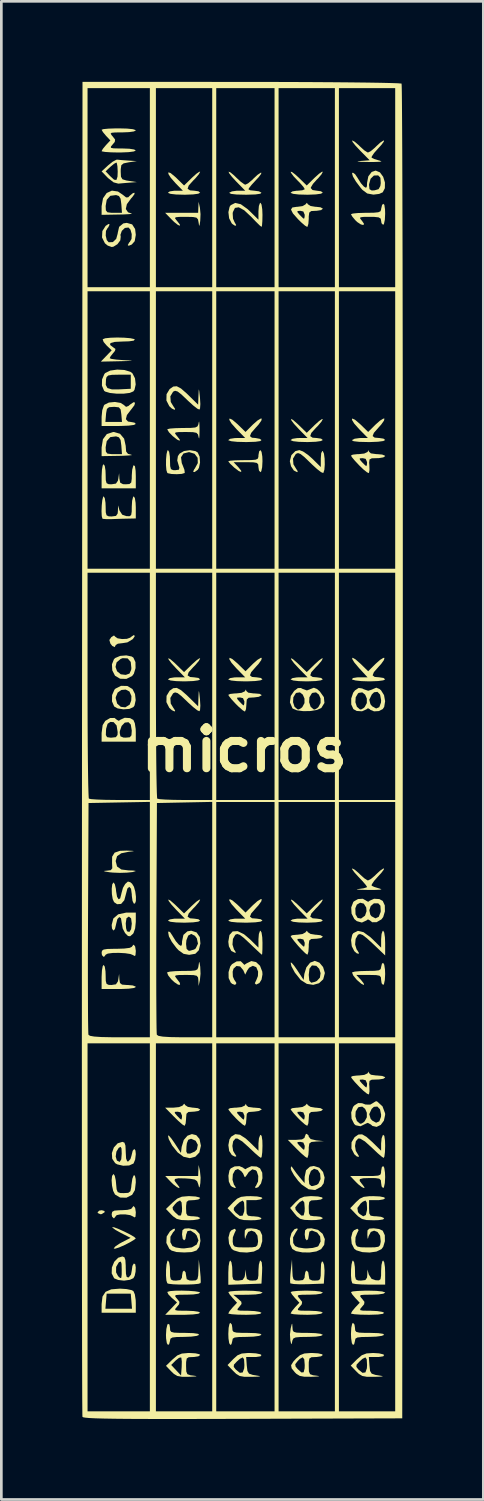
<source format=kicad_pcb>
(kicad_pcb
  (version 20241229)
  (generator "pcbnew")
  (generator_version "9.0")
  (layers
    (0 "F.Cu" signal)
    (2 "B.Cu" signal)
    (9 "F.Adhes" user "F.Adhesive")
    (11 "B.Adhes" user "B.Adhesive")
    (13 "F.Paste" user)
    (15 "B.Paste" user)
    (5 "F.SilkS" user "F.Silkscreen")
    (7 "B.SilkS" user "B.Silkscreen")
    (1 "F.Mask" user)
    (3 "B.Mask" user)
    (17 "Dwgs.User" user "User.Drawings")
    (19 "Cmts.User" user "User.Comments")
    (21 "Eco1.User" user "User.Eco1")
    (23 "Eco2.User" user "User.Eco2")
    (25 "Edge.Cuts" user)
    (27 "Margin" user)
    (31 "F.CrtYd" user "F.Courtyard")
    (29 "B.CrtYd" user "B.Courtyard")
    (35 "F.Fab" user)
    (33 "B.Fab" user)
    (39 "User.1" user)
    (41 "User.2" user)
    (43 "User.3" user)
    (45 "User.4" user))
  (footprint "micros"
    (layer "F.Cu")
    (at 6.056 24.885)
    (property "Reference" "micros" (at 0 0 0) (layer "F.SilkS") (effects (font (size 1.524 1.524) (thickness 0.3))))
    (attr board_only exclude_from_pos_files exclude_from_bom)
    (fp_poly (pts (xy -5.212 17.187) (xy -5.207 17.233) (xy -5.316 17.302) (xy -5.362 17.308) (xy -5.458 17.266) (xy -5.47 17.233) (xy -5.407 17.173) (xy -5.315 17.158)) (stroke (width 0) (type solid)) (fill yes) (layer "F.SilkS"))
    (fp_poly (pts (xy -4.845 17.798) (xy -4.679 17.862) (xy -4.472 17.955) (xy -4.268 18.058) (xy -4.111 18.149) (xy -4.046 18.206) (xy -4.046 18.207) (xy -4.108 18.26) (xy -4.268 18.355) (xy -4.458 18.453) (xy -4.672 18.547) (xy -4.821 18.593) (xy -4.87 18.582) (xy -4.809 18.508) (xy -4.654 18.403) (xy -4.555 18.349) (xy -4.24 18.188) (xy -4.6 18.005) (xy -4.792 17.898) (xy -4.907 17.817) (xy -4.924 17.786)) (stroke (width 0) (type solid)) (fill yes) (layer "F.SilkS"))
    (fp_poly (pts (xy -4.087 -4.225) (xy -4.158 -4.121) (xy -4.361 -3.999) (xy -4.545 -3.971) (xy -4.713 -3.951) (xy -4.794 -3.903) (xy -4.795 -3.896) (xy -4.833 -3.824) (xy -4.92 -3.864) (xy -4.992 -3.954) (xy -5.031 -4.089) (xy -4.959 -4.194) (xy -4.858 -4.258) (xy -4.813 -4.211) (xy -4.725 -4.151) (xy -4.558 -4.124) (xy -4.377 -4.132) (xy -4.249 -4.178) (xy -4.233 -4.196) (xy -4.128 -4.268) (xy -4.105 -4.271)) (stroke (width 0) (type solid)) (fill yes) (layer "F.SilkS"))
    (fp_poly (pts (xy -4.39 20.096) (xy -4.202 20.136) (xy -4.136 20.17) (xy -4.082 20.294) (xy -4.05 20.506) (xy -4.046 20.62) (xy -4.046 20.979) (xy -5.32 20.979) (xy -5.32 20.829) (xy -5.179 20.829) (xy -4.187 20.829) (xy -4.21 20.549) (xy -4.233 20.268) (xy -5.132 20.268) (xy -5.156 20.549) (xy -5.179 20.829) (xy -5.32 20.829) (xy -5.32 20.654) (xy -5.287 20.376) (xy -5.173 20.199) (xy -4.96 20.106) (xy -4.636 20.08)) (stroke (width 0) (type solid)) (fill yes) (layer "F.SilkS"))
    (fp_poly (pts (xy -1.656 15.697) (xy -1.631 15.946) (xy -1.641 16.147) (xy -1.667 16.296) (xy -1.688 16.305) (xy -1.721 16.184) (xy -1.762 16.076) (xy -1.846 16.016) (xy -2.013 15.987) (xy -2.195 15.974) (xy -2.458 15.968) (xy -2.588 15.994) (xy -2.601 16.061) (xy -2.511 16.183) (xy -2.498 16.197) (xy -2.418 16.305) (xy -2.433 16.335) (xy -2.517 16.295) (xy -2.646 16.195) (xy -2.735 16.109) (xy -2.95 15.884) (xy -1.723 15.884) (xy -1.706 15.472)) (stroke (width 0) (type solid)) (fill yes) (layer "F.SilkS"))
    (fp_poly (pts (xy -4.07 17.074) (xy -4.046 17.233) (xy -4.046 17.248) (xy -4.058 17.402) (xy -4.1 17.427) (xy -4.136 17.398) (xy -4.254 17.342) (xy -4.434 17.314) (xy -4.621 17.313) (xy -4.758 17.341) (xy -4.795 17.383) (xy -4.852 17.456) (xy -4.87 17.458) (xy -4.931 17.395) (xy -4.945 17.308) (xy -4.925 17.218) (xy -4.842 17.173) (xy -4.657 17.159) (xy -4.571 17.158) (xy -4.357 17.145) (xy -4.221 17.11) (xy -4.196 17.083) (xy -4.139 17.01) (xy -4.121 17.008)) (stroke (width 0) (type solid)) (fill yes) (layer "F.SilkS"))
    (fp_poly (pts (xy -1.657 -20.193) (xy -1.634 -19.954) (xy -1.645 -19.706) (xy -1.67 -19.544) (xy -1.687 -19.523) (xy -1.705 -19.634) (xy -1.707 -19.649) (xy -1.73 -19.763) (xy -1.787 -19.825) (xy -1.914 -19.85) (xy -2.149 -19.855) (xy -2.189 -19.855) (xy -2.438 -19.853) (xy -2.562 -19.839) (xy -2.585 -19.802) (xy -2.531 -19.729) (xy -2.51 -19.705) (xy -2.406 -19.572) (xy -2.403 -19.523) (xy -2.479 -19.555) (xy -2.614 -19.662) (xy -2.698 -19.744) (xy -2.952 -20.005) (xy -1.723 -20.005) (xy -1.706 -20.417)) (stroke (width 0) (type solid)) (fill yes) (layer "F.SilkS"))
    (fp_poly (pts (xy -2.792 21.418) (xy -2.772 21.537) (xy -2.766 21.634) (xy -2.726 21.691) (xy -2.62 21.719) (xy -2.418 21.728) (xy -2.206 21.729) (xy -1.903 21.738) (xy -1.726 21.764) (xy -1.686 21.804) (xy -1.779 21.841) (xy -1.979 21.868) (xy -2.243 21.878) (xy -2.252 21.878) (xy -2.526 21.883) (xy -2.683 21.901) (xy -2.754 21.943) (xy -2.772 22.018) (xy -2.772 22.028) (xy -2.804 22.15) (xy -2.847 22.178) (xy -2.89 22.111) (xy -2.917 21.939) (xy -2.922 21.808) (xy -2.908 21.585) (xy -2.872 21.429) (xy -2.847 21.391)) (stroke (width 0) (type solid)) (fill yes) (layer "F.SilkS"))
    (fp_poly (pts (xy -0.468 21.418) (xy -0.45 21.541) (xy -0.443 21.636) (xy -0.401 21.692) (xy -0.293 21.719) (xy -0.087 21.728) (xy 0.117 21.729) (xy 0.419 21.738) (xy 0.597 21.764) (xy 0.637 21.804) (xy 0.544 21.841) (xy 0.344 21.868) (xy 0.079 21.878) (xy 0.071 21.878) (xy -0.204 21.883) (xy -0.36 21.901) (xy -0.432 21.943) (xy -0.449 22.018) (xy -0.45 22.028) (xy -0.481 22.15) (xy -0.524 22.178) (xy -0.566 22.11) (xy -0.593 21.936) (xy -0.599 21.766) (xy -0.587 21.54) (xy -0.555 21.391) (xy -0.524 21.354)) (stroke (width 0) (type solid)) (fill yes) (layer "F.SilkS"))
    (fp_poly (pts (xy 1.79 21.506) (xy 1.791 21.523) (xy 1.8 21.627) (xy 1.839 21.689) (xy 1.941 21.718) (xy 2.137 21.728) (xy 2.36 21.729) (xy 2.643 21.738) (xy 2.841 21.763) (xy 2.922 21.8) (xy 2.922 21.804) (xy 2.852 21.841) (xy 2.664 21.868) (xy 2.388 21.878) (xy 2.365 21.878) (xy 2.08 21.882) (xy 1.91 21.898) (xy 1.825 21.937) (xy 1.79 22.009) (xy 1.782 22.047) (xy 1.761 22.15) (xy 1.738 22.121) (xy 1.712 22.007) (xy 1.698 21.78) (xy 1.726 21.558) (xy 1.765 21.403) (xy 1.782 21.388)) (stroke (width 0) (type solid)) (fill yes) (layer "F.SilkS"))
    (fp_poly (pts (xy 4.102 21.418) (xy 4.121 21.541) (xy 4.128 21.636) (xy 4.17 21.692) (xy 4.278 21.719) (xy 4.483 21.728) (xy 4.687 21.729) (xy 4.99 21.738) (xy 5.167 21.764) (xy 5.207 21.804) (xy 5.114 21.841) (xy 4.914 21.868) (xy 4.65 21.878) (xy 4.641 21.878) (xy 4.367 21.883) (xy 4.21 21.901) (xy 4.139 21.943) (xy 4.121 22.018) (xy 4.121 22.028) (xy 4.09 22.15) (xy 4.046 22.178) (xy 4.005 22.11) (xy 3.978 21.936) (xy 3.971 21.766) (xy 3.983 21.54) (xy 4.015 21.391) (xy 4.046 21.354)) (stroke (width 0) (type solid)) (fill yes) (layer "F.SilkS"))
    (fp_poly (pts (xy -5.202 8.084) (xy -5.175 8.257) (xy -5.17 8.392) (xy -5.165 8.614) (xy -5.135 8.724) (xy -5.057 8.762) (xy -4.95 8.766) (xy -4.786 8.741) (xy -4.714 8.635) (xy -4.699 8.56) (xy -4.668 8.354) (xy -4.657 8.56) (xy -4.635 8.693) (xy -4.559 8.752) (xy -4.384 8.766) (xy -4.346 8.766) (xy -4.158 8.783) (xy -4.054 8.825) (xy -4.046 8.841) (xy -4.116 8.878) (xy -4.31 8.904) (xy -4.601 8.916) (xy -4.683 8.916) (xy -5.32 8.916) (xy -5.32 8.467) (xy -5.308 8.227) (xy -5.279 8.065) (xy -5.245 8.017)) (stroke (width 0) (type solid)) (fill yes) (layer "F.SilkS"))
    (fp_poly (pts (xy -4.829 15.877) (xy -4.792 16.048) (xy -4.781 16.165) (xy -4.761 16.38) (xy -4.719 16.484) (xy -4.622 16.518) (xy -4.496 16.521) (xy -4.327 16.511) (xy -4.247 16.451) (xy -4.216 16.299) (xy -4.21 16.222) (xy -4.175 15.986) (xy -4.128 15.864) (xy -4.081 15.864) (xy -4.051 15.995) (xy -4.046 16.12) (xy -4.079 16.408) (xy -4.183 16.584) (xy -4.183 16.585) (xy -4.396 16.692) (xy -4.631 16.686) (xy -4.821 16.572) (xy -4.889 16.438) (xy -4.932 16.244) (xy -4.947 16.041) (xy -4.93 15.88) (xy -4.878 15.81) (xy -4.874 15.809)) (stroke (width 0) (type solid)) (fill yes) (layer "F.SilkS"))
    (fp_poly (pts (xy -4.07 7.333) (xy -4.046 7.492) (xy -4.046 7.508) (xy -4.058 7.662) (xy -4.1 7.686) (xy -4.136 7.657) (xy -4.247 7.612) (xy -4.444 7.582) (xy -4.68 7.569) (xy -4.91 7.573) (xy -5.089 7.596) (xy -5.169 7.637) (xy -5.17 7.642) (xy -5.227 7.715) (xy -5.245 7.717) (xy -5.306 7.655) (xy -5.32 7.568) (xy -5.306 7.491) (xy -5.246 7.446) (xy -5.107 7.424) (xy -4.859 7.418) (xy -4.758 7.418) (xy -4.475 7.408) (xy -4.277 7.383) (xy -4.196 7.346) (xy -4.196 7.343) (xy -4.139 7.27) (xy -4.121 7.268)) (stroke (width 0) (type solid)) (fill yes) (layer "F.SilkS"))
    (fp_poly (pts (xy -4.2 -3.474) (xy -4.136 -3.432) (xy -4.059 -3.265) (xy -4.055 -3.041) (xy -4.119 -2.831) (xy -4.183 -2.746) (xy -4.396 -2.639) (xy -4.631 -2.645) (xy -4.821 -2.759) (xy -4.922 -2.956) (xy -4.93 -3.086) (xy -4.802 -3.086) (xy -4.744 -2.923) (xy -4.604 -2.81) (xy -4.421 -2.788) (xy -4.281 -2.838) (xy -4.22 -2.973) (xy -4.211 -3.041) (xy -4.235 -3.273) (xy -4.35 -3.403) (xy -4.535 -3.412) (xy -4.61 -3.384) (xy -4.762 -3.254) (xy -4.802 -3.086) (xy -4.93 -3.086) (xy -4.935 -3.182) (xy -4.86 -3.372) (xy -4.814 -3.417) (xy -4.628 -3.496) (xy -4.399 -3.515)) (stroke (width 0) (type solid)) (fill yes) (layer "F.SilkS"))
    (fp_poly (pts (xy -5.202 -10.572) (xy -5.175 -10.4) (xy -5.17 -10.265) (xy -5.165 -10.043) (xy -5.135 -9.932) (xy -5.057 -9.894) (xy -4.95 -9.89) (xy -4.786 -9.916) (xy -4.714 -10.022) (xy -4.699 -10.096) (xy -4.668 -10.302) (xy -4.657 -10.096) (xy -4.626 -9.949) (xy -4.524 -9.895) (xy -4.421 -9.89) (xy -4.282 -9.9) (xy -4.216 -9.958) (xy -4.197 -10.103) (xy -4.196 -10.223) (xy -4.18 -10.435) (xy -4.141 -10.577) (xy -4.121 -10.602) (xy -4.077 -10.562) (xy -4.052 -10.389) (xy -4.046 -10.194) (xy -4.046 -9.74) (xy -5.32 -9.74) (xy -5.32 -10.19) (xy -5.308 -10.429) (xy -5.279 -10.592) (xy -5.245 -10.64)) (stroke (width 0) (type solid)) (fill yes) (layer "F.SilkS"))
    (fp_poly (pts (xy -4.361 -2.375) (xy -4.17 -2.261) (xy -4.076 -2.076) (xy -4.05 -1.848) (xy -4.094 -1.648) (xy -4.136 -1.588) (xy -4.288 -1.521) (xy -4.508 -1.505) (xy -4.722 -1.539) (xy -4.851 -1.611) (xy -4.934 -1.802) (xy -4.931 -1.916) (xy -4.795 -1.916) (xy -4.741 -1.719) (xy -4.606 -1.599) (xy -4.437 -1.579) (xy -4.277 -1.678) (xy -4.275 -1.681) (xy -4.216 -1.833) (xy -4.209 -2) (xy -4.282 -2.168) (xy -4.422 -2.241) (xy -4.583 -2.227) (xy -4.721 -2.131) (xy -4.793 -1.959) (xy -4.795 -1.916) (xy -4.931 -1.916) (xy -4.929 -2.036) (xy -4.842 -2.238) (xy -4.808 -2.274) (xy -4.595 -2.381)) (stroke (width 0) (type solid)) (fill yes) (layer "F.SilkS"))
    (fp_poly (pts (xy -4.182 3.767) (xy -4.114 3.776) (xy -4.18 3.788) (xy -4.307 3.802) (xy -4.589 3.859) (xy -4.745 3.967) (xy -4.795 4.141) (xy -4.795 4.153) (xy -4.744 4.351) (xy -4.583 4.463) (xy -4.318 4.496) (xy -4.14 4.502) (xy -4.053 4.516) (xy -4.052 4.523) (xy -4.165 4.558) (xy -4.378 4.58) (xy -4.639 4.588) (xy -4.899 4.578) (xy -5.02 4.566) (xy -5.199 4.537) (xy -5.236 4.518) (xy -5.137 4.507) (xy -5.129 4.507) (xy -4.978 4.487) (xy -4.922 4.417) (xy -4.929 4.25) (xy -4.931 4.232) (xy -4.928 3.985) (xy -4.835 3.835) (xy -4.634 3.767) (xy -4.393 3.759)) (stroke (width 0) (type solid)) (fill yes) (layer "F.SilkS"))
    (fp_poly (pts (xy 5.21 6.812) (xy 5.237 6.991) (xy 5.245 7.204) (xy 5.245 7.665) (xy 4.793 7.234) (xy 4.562 7.022) (xy 4.408 6.904) (xy 4.307 6.866) (xy 4.233 6.893) (xy 4.231 6.895) (xy 4.144 7.05) (xy 4.126 7.258) (xy 4.182 7.442) (xy 4.21 7.476) (xy 4.267 7.572) (xy 4.259 7.604) (xy 4.187 7.586) (xy 4.096 7.506) (xy 4.001 7.321) (xy 3.975 7.093) (xy 4.019 6.893) (xy 4.061 6.833) (xy 4.229 6.749) (xy 4.438 6.798) (xy 4.694 6.984) (xy 4.774 7.059) (xy 5.095 7.374) (xy 5.095 7.059) (xy 5.111 6.865) (xy 5.151 6.754) (xy 5.17 6.743)) (stroke (width 0) (type solid)) (fill yes) (layer "F.SilkS"))
    (fp_poly (pts (xy 5.211 15.577) (xy 5.238 15.752) (xy 5.245 15.922) (xy 5.233 16.148) (xy 5.201 16.297) (xy 5.17 16.334) (xy 5.114 16.27) (xy 5.095 16.147) (xy 5.084 16.039) (xy 5.028 15.983) (xy 4.889 15.962) (xy 4.683 15.959) (xy 4.426 15.967) (xy 4.303 15.998) (xy 4.295 16.067) (xy 4.386 16.187) (xy 4.395 16.197) (xy 4.475 16.305) (xy 4.461 16.335) (xy 4.376 16.295) (xy 4.247 16.195) (xy 4.158 16.109) (xy 3.943 15.884) (xy 4.519 15.884) (xy 4.809 15.882) (xy 4.981 15.869) (xy 5.065 15.834) (xy 5.092 15.768) (xy 5.095 15.697) (xy 5.121 15.556) (xy 5.17 15.51)) (stroke (width 0) (type solid)) (fill yes) (layer "F.SilkS"))
    (fp_poly (pts (xy -4.634 -11.772) (xy -4.481 -11.59) (xy -4.421 -11.317) (xy -4.421 -11.294) (xy -4.406 -11.11) (xy -4.338 -11.025) (xy -4.215 -10.993) (xy -4.19 -10.978) (xy -4.295 -10.965) (xy -4.507 -10.954) (xy -4.664 -10.95) (xy -5.32 -10.939) (xy -5.32 -11.265) (xy -5.319 -11.267) (xy -5.17 -11.267) (xy -5.161 -11.106) (xy -5.104 -11.034) (xy -4.957 -11.015) (xy -4.866 -11.014) (xy -4.562 -11.014) (xy -4.585 -11.333) (xy -4.613 -11.54) (xy -4.675 -11.64) (xy -4.781 -11.676) (xy -4.996 -11.648) (xy -5.129 -11.499) (xy -5.17 -11.267) (xy -5.319 -11.267) (xy -5.271 -11.568) (xy -5.126 -11.761) (xy -4.893 -11.837) (xy -4.857 -11.838)) (stroke (width 0) (type solid)) (fill yes) (layer "F.SilkS"))
    (fp_poly (pts (xy 0.647 19.101) (xy 0.663 19.297) (xy 0.659 19.462) (xy 0.637 19.893) (xy 0.019 19.915) (xy -0.599 19.936) (xy -0.599 19.484) (xy -0.588 19.243) (xy -0.559 19.08) (xy -0.524 19.031) (xy -0.482 19.099) (xy -0.455 19.271) (xy -0.45 19.406) (xy -0.445 19.628) (xy -0.414 19.738) (xy -0.336 19.776) (xy -0.23 19.781) (xy -0.066 19.755) (xy 0.006 19.649) (xy 0.021 19.574) (xy 0.052 19.368) (xy 0.064 19.574) (xy 0.094 19.722) (xy 0.197 19.775) (xy 0.3 19.781) (xy 0.433 19.772) (xy 0.499 19.722) (xy 0.522 19.591) (xy 0.524 19.406) (xy 0.539 19.187) (xy 0.576 19.053) (xy 0.603 19.031)) (stroke (width 0) (type solid)) (fill yes) (layer "F.SilkS"))
    (fp_poly (pts (xy 4.138 -3.369) (xy 4.331 -3.199) (xy 4.612 -2.924) (xy 4.889 -3.2) (xy 5.053 -3.346) (xy 5.177 -3.422) (xy 5.219 -3.423) (xy 5.201 -3.344) (xy 5.099 -3.2) (xy 4.995 -3.085) (xy 4.825 -2.891) (xy 4.778 -2.772) (xy 4.854 -2.712) (xy 5.033 -2.697) (xy 5.185 -2.674) (xy 5.245 -2.622) (xy 5.175 -2.585) (xy 4.984 -2.559) (xy 4.7 -2.548) (xy 4.65 -2.547) (xy 4.365 -2.556) (xy 4.142 -2.58) (xy 4.019 -2.613) (xy 4.009 -2.622) (xy 4.043 -2.671) (xy 4.202 -2.696) (xy 4.276 -2.697) (xy 4.59 -2.697) (xy 4.274 -3.04) (xy 4.094 -3.254) (xy 4.014 -3.387) (xy 4.03 -3.429)) (stroke (width 0) (type solid)) (fill yes) (layer "F.SilkS"))
    (fp_poly (pts (xy -4.471 -14.149) (xy -4.25 -14.083) (xy -4.17 -14.024) (xy -4.076 -13.839) (xy -4.05 -13.611) (xy -4.094 -13.411) (xy -4.136 -13.352) (xy -4.271 -13.295) (xy -4.498 -13.267) (xy -4.762 -13.267) (xy -5.009 -13.293) (xy -5.186 -13.345) (xy -5.226 -13.374) (xy -5.308 -13.565) (xy -5.308 -13.594) (xy -5.166 -13.594) (xy -5.103 -13.476) (xy -4.942 -13.427) (xy -4.665 -13.427) (xy -4.233 -13.449) (xy -4.233 -13.974) (xy -4.683 -13.974) (xy -4.934 -13.969) (xy -5.072 -13.944) (xy -5.135 -13.887) (xy -5.157 -13.8) (xy -5.166 -13.594) (xy -5.308 -13.594) (xy -5.303 -13.799) (xy -5.216 -14.001) (xy -5.183 -14.037) (xy -4.998 -14.127) (xy -4.74 -14.164)) (stroke (width 0) (type solid)) (fill yes) (layer "F.SilkS"))
    (fp_poly (pts (xy -2.76 -3.373) (xy -2.594 -3.229) (xy -2.547 -3.184) (xy -2.248 -2.892) (xy -1.948 -3.184) (xy -1.787 -3.33) (xy -1.678 -3.405) (xy -1.648 -3.402) (xy -1.698 -3.309) (xy -1.825 -3.159) (xy -1.908 -3.075) (xy -2.076 -2.888) (xy -2.116 -2.77) (xy -2.027 -2.71) (xy -1.869 -2.697) (xy -1.713 -2.675) (xy -1.648 -2.622) (xy -1.718 -2.585) (xy -1.91 -2.559) (xy -2.194 -2.548) (xy -2.248 -2.547) (xy -2.545 -2.556) (xy -2.753 -2.58) (xy -2.845 -2.616) (xy -2.847 -2.622) (xy -2.781 -2.668) (xy -2.613 -2.695) (xy -2.532 -2.697) (xy -2.217 -2.697) (xy -2.532 -3.019) (xy -2.72 -3.223) (xy -2.822 -3.358) (xy -2.835 -3.412)) (stroke (width 0) (type solid)) (fill yes) (layer "F.SilkS"))
    (fp_poly (pts (xy -2.76 5.618) (xy -2.594 5.762) (xy -2.547 5.807) (xy -2.248 6.099) (xy -1.948 5.807) (xy -1.787 5.661) (xy -1.678 5.586) (xy -1.648 5.59) (xy -1.698 5.682) (xy -1.825 5.832) (xy -1.908 5.916) (xy -2.076 6.103) (xy -2.116 6.221) (xy -2.027 6.281) (xy -1.869 6.294) (xy -1.713 6.316) (xy -1.648 6.369) (xy -1.718 6.406) (xy -1.91 6.432) (xy -2.194 6.443) (xy -2.248 6.444) (xy -2.545 6.435) (xy -2.753 6.411) (xy -2.845 6.375) (xy -2.847 6.369) (xy -2.781 6.323) (xy -2.613 6.296) (xy -2.532 6.294) (xy -2.217 6.294) (xy -2.532 5.973) (xy -2.72 5.768) (xy -2.822 5.633) (xy -2.835 5.579)) (stroke (width 0) (type solid)) (fill yes) (layer "F.SilkS"))
    (fp_poly (pts (xy -2.361 -13.459) (xy -2.147 -13.272) (xy -2.082 -13.209) (xy -1.723 -12.855) (xy -1.711 -13.19) (xy -1.703 -13.374) (xy -1.695 -13.43) (xy -1.681 -13.351) (xy -1.657 -13.13) (xy -1.655 -13.112) (xy -1.641 -12.881) (xy -1.652 -12.72) (xy -1.675 -12.673) (xy -1.755 -12.708) (xy -1.908 -12.828) (xy -2.104 -13.006) (xy -2.139 -13.041) (xy -2.351 -13.242) (xy -2.49 -13.348) (xy -2.583 -13.375) (xy -2.656 -13.34) (xy -2.759 -13.168) (xy -2.744 -12.958) (xy -2.648 -12.8) (xy -2.581 -12.698) (xy -2.599 -12.663) (xy -2.703 -12.713) (xy -2.798 -12.8) (xy -2.906 -13.013) (xy -2.9 -13.247) (xy -2.785 -13.438) (xy -2.65 -13.532) (xy -2.519 -13.543)) (stroke (width 0) (type solid)) (fill yes) (layer "F.SilkS"))
    (fp_poly (pts (xy -2.361 -2.22) (xy -2.147 -2.033) (xy -2.082 -1.97) (xy -1.723 -1.617) (xy -1.711 -1.951) (xy -1.703 -2.135) (xy -1.695 -2.191) (xy -1.681 -2.112) (xy -1.657 -1.891) (xy -1.655 -1.873) (xy -1.641 -1.642) (xy -1.652 -1.481) (xy -1.675 -1.434) (xy -1.755 -1.469) (xy -1.908 -1.589) (xy -2.104 -1.767) (xy -2.139 -1.802) (xy -2.351 -2.003) (xy -2.49 -2.11) (xy -2.583 -2.136) (xy -2.656 -2.101) (xy -2.759 -1.929) (xy -2.744 -1.719) (xy -2.648 -1.561) (xy -2.581 -1.459) (xy -2.599 -1.424) (xy -2.703 -1.474) (xy -2.798 -1.561) (xy -2.906 -1.774) (xy -2.9 -2.008) (xy -2.785 -2.199) (xy -2.65 -2.293) (xy -2.519 -2.304)) (stroke (width 0) (type solid)) (fill yes) (layer "F.SilkS"))
    (fp_poly (pts (xy -1.648 -21.534) (xy -1.698 -21.441) (xy -1.825 -21.291) (xy -1.908 -21.207) (xy -2.076 -21.02) (xy -2.116 -20.902) (xy -2.027 -20.842) (xy -1.869 -20.829) (xy -1.713 -20.807) (xy -1.648 -20.755) (xy -1.718 -20.717) (xy -1.91 -20.691) (xy -2.194 -20.68) (xy -2.248 -20.68) (xy -2.545 -20.688) (xy -2.753 -20.712) (xy -2.845 -20.748) (xy -2.847 -20.755) (xy -2.781 -20.803) (xy -2.617 -20.828) (xy -2.57 -20.829) (xy -2.292 -20.829) (xy -2.57 -21.114) (xy -2.745 -21.314) (xy -2.832 -21.453) (xy -2.832 -21.515) (xy -2.747 -21.485) (xy -2.58 -21.347) (xy -2.547 -21.317) (xy -2.248 -21.024) (xy -1.948 -21.317) (xy -1.787 -21.462) (xy -1.678 -21.537)) (stroke (width 0) (type solid)) (fill yes) (layer "F.SilkS"))
    (fp_poly (pts (xy -0.449 -12.295) (xy -0.261 -12.135) (xy -0.24 -12.115) (xy 0.042 -11.84) (xy 0.318 -12.117) (xy 0.482 -12.262) (xy 0.606 -12.338) (xy 0.648 -12.339) (xy 0.631 -12.261) (xy 0.529 -12.117) (xy 0.424 -12.001) (xy 0.255 -11.806) (xy 0.207 -11.685) (xy 0.281 -11.626) (xy 0.42 -11.614) (xy 0.574 -11.584) (xy 0.637 -11.539) (xy 0.592 -11.5) (xy 0.408 -11.474) (xy 0.096 -11.464) (xy 0.042 -11.464) (xy -0.27 -11.472) (xy -0.491 -11.495) (xy -0.595 -11.529) (xy -0.599 -11.539) (xy -0.533 -11.585) (xy -0.365 -11.611) (xy -0.284 -11.614) (xy 0.031 -11.614) (xy -0.298 -11.949) (xy -0.481 -12.156) (xy -0.563 -12.292) (xy -0.551 -12.342)) (stroke (width 0) (type solid)) (fill yes) (layer "F.SilkS"))
    (fp_poly (pts (xy -0.449 -3.379) (xy -0.261 -3.219) (xy -0.24 -3.199) (xy 0.042 -2.924) (xy 0.318 -3.2) (xy 0.482 -3.346) (xy 0.606 -3.422) (xy 0.648 -3.423) (xy 0.631 -3.344) (xy 0.529 -3.2) (xy 0.424 -3.085) (xy 0.255 -2.891) (xy 0.207 -2.772) (xy 0.283 -2.712) (xy 0.462 -2.697) (xy 0.614 -2.674) (xy 0.674 -2.622) (xy 0.604 -2.586) (xy 0.41 -2.56) (xy 0.12 -2.548) (xy 0.037 -2.547) (xy -0.273 -2.556) (xy -0.492 -2.579) (xy -0.595 -2.613) (xy -0.599 -2.622) (xy -0.533 -2.668) (xy -0.365 -2.695) (xy -0.284 -2.697) (xy 0.031 -2.697) (xy -0.298 -3.033) (xy -0.481 -3.24) (xy -0.563 -3.376) (xy -0.551 -3.426)) (stroke (width 0) (type solid)) (fill yes) (layer "F.SilkS"))
    (fp_poly (pts (xy -0.449 5.613) (xy -0.261 5.772) (xy -0.24 5.792) (xy 0.042 6.067) (xy 0.318 5.791) (xy 0.482 5.645) (xy 0.606 5.569) (xy 0.648 5.568) (xy 0.631 5.647) (xy 0.529 5.791) (xy 0.424 5.907) (xy 0.255 6.1) (xy 0.207 6.219) (xy 0.283 6.279) (xy 0.462 6.294) (xy 0.614 6.317) (xy 0.674 6.369) (xy 0.604 6.405) (xy 0.41 6.431) (xy 0.12 6.443) (xy 0.037 6.444) (xy -0.273 6.435) (xy -0.492 6.413) (xy -0.595 6.378) (xy -0.599 6.369) (xy -0.533 6.323) (xy -0.365 6.296) (xy -0.284 6.294) (xy 0.031 6.294) (xy -0.298 5.958) (xy -0.481 5.751) (xy -0.563 5.616) (xy -0.551 5.565)) (stroke (width 0) (type solid)) (fill yes) (layer "F.SilkS"))
    (fp_poly (pts (xy -0.165 14.346) (xy 0.052 14.488) (xy 0.203 14.626) (xy 0.524 14.942) (xy 0.524 14.668) (xy 0.543 14.476) (xy 0.589 14.357) (xy 0.599 14.348) (xy 0.643 14.388) (xy 0.669 14.562) (xy 0.674 14.756) (xy 0.666 14.994) (xy 0.645 15.159) (xy 0.62 15.21) (xy 0.545 15.161) (xy 0.395 15.032) (xy 0.201 14.849) (xy 0.177 14.825) (xy -0.081 14.594) (xy -0.26 14.488) (xy -0.331 14.486) (xy -0.418 14.588) (xy -0.448 14.764) (xy -0.419 14.947) (xy -0.361 15.044) (xy -0.298 15.141) (xy -0.343 15.166) (xy -0.468 15.102) (xy -0.567 14.95) (xy -0.597 14.733) (xy -0.557 14.521) (xy -0.492 14.418) (xy -0.339 14.324)) (stroke (width 0) (type solid)) (fill yes) (layer "F.SilkS"))
    (fp_poly (pts (xy 0.639 6.812) (xy 0.666 6.99) (xy 0.674 7.193) (xy 0.672 7.43) (xy 0.664 7.592) (xy 0.656 7.641) (xy 0.597 7.592) (xy 0.458 7.463) (xy 0.265 7.28) (xy 0.204 7.221) (xy -0.02 7.012) (xy -0.169 6.898) (xy -0.267 6.865) (xy -0.339 6.895) (xy -0.427 7.05) (xy -0.444 7.259) (xy -0.387 7.443) (xy -0.36 7.478) (xy -0.318 7.553) (xy -0.345 7.568) (xy -0.486 7.5) (xy -0.578 7.325) (xy -0.599 7.155) (xy -0.556 6.902) (xy -0.436 6.77) (xy -0.251 6.76) (xy -0.015 6.875) (xy 0.203 7.059) (xy 0.524 7.374) (xy 0.524 7.059) (xy 0.54 6.865) (xy 0.58 6.754) (xy 0.599 6.743)) (stroke (width 0) (type solid)) (fill yes) (layer "F.SilkS"))
    (fp_poly (pts (xy 1.811 -12.289) (xy 1.976 -12.145) (xy 2.023 -12.101) (xy 2.323 -11.808) (xy 2.622 -12.101) (xy 2.783 -12.246) (xy 2.892 -12.321) (xy 2.922 -12.318) (xy 2.872 -12.225) (xy 2.746 -12.075) (xy 2.663 -11.991) (xy 2.494 -11.804) (xy 2.454 -11.686) (xy 2.543 -11.626) (xy 2.702 -11.614) (xy 2.858 -11.591) (xy 2.922 -11.539) (xy 2.852 -11.502) (xy 2.661 -11.475) (xy 2.376 -11.464) (xy 2.323 -11.464) (xy 2.026 -11.472) (xy 1.817 -11.496) (xy 1.725 -11.532) (xy 1.723 -11.539) (xy 1.79 -11.585) (xy 1.958 -11.611) (xy 2.039 -11.614) (xy 2.354 -11.614) (xy 2.039 -11.935) (xy 1.85 -12.14) (xy 1.749 -12.275) (xy 1.735 -12.328)) (stroke (width 0) (type solid)) (fill yes) (layer "F.SilkS"))
    (fp_poly (pts (xy 1.811 -3.373) (xy 1.976 -3.229) (xy 2.023 -3.184) (xy 2.323 -2.892) (xy 2.622 -3.184) (xy 2.783 -3.33) (xy 2.892 -3.405) (xy 2.922 -3.402) (xy 2.872 -3.309) (xy 2.746 -3.159) (xy 2.663 -3.075) (xy 2.494 -2.888) (xy 2.454 -2.77) (xy 2.543 -2.71) (xy 2.702 -2.697) (xy 2.858 -2.675) (xy 2.922 -2.622) (xy 2.852 -2.585) (xy 2.661 -2.559) (xy 2.376 -2.548) (xy 2.323 -2.547) (xy 2.026 -2.556) (xy 1.817 -2.58) (xy 1.725 -2.616) (xy 1.723 -2.622) (xy 1.79 -2.668) (xy 1.958 -2.695) (xy 2.039 -2.697) (xy 2.354 -2.697) (xy 2.039 -3.019) (xy 1.85 -3.223) (xy 1.749 -3.358) (xy 1.735 -3.412)) (stroke (width 0) (type solid)) (fill yes) (layer "F.SilkS"))
    (fp_poly (pts (xy 1.811 5.618) (xy 1.976 5.762) (xy 2.023 5.807) (xy 2.323 6.099) (xy 2.622 5.807) (xy 2.783 5.661) (xy 2.892 5.586) (xy 2.922 5.59) (xy 2.872 5.682) (xy 2.746 5.832) (xy 2.663 5.916) (xy 2.494 6.103) (xy 2.454 6.221) (xy 2.543 6.281) (xy 2.702 6.294) (xy 2.858 6.316) (xy 2.922 6.369) (xy 2.852 6.406) (xy 2.661 6.432) (xy 2.376 6.443) (xy 2.323 6.444) (xy 2.026 6.435) (xy 1.817 6.411) (xy 1.725 6.375) (xy 1.723 6.369) (xy 1.79 6.323) (xy 1.958 6.296) (xy 2.039 6.294) (xy 2.354 6.294) (xy 2.039 5.973) (xy 1.85 5.768) (xy 1.749 5.633) (xy 1.735 5.579)) (stroke (width 0) (type solid)) (fill yes) (layer "F.SilkS"))
    (fp_poly (pts (xy 4.122 -12.295) (xy 4.31 -12.135) (xy 4.331 -12.115) (xy 4.612 -11.84) (xy 4.889 -12.117) (xy 5.053 -12.262) (xy 5.177 -12.338) (xy 5.219 -12.339) (xy 5.201 -12.261) (xy 5.099 -12.117) (xy 4.995 -12.001) (xy 4.825 -11.807) (xy 4.778 -11.688) (xy 4.854 -11.629) (xy 5.033 -11.614) (xy 5.185 -11.591) (xy 5.245 -11.539) (xy 5.174 -11.502) (xy 4.98 -11.476) (xy 4.689 -11.464) (xy 4.604 -11.464) (xy 4.274 -11.472) (xy 4.071 -11.495) (xy 4.006 -11.532) (xy 4.009 -11.539) (xy 4.108 -11.588) (xy 4.291 -11.613) (xy 4.328 -11.614) (xy 4.602 -11.614) (xy 4.272 -11.949) (xy 4.09 -12.156) (xy 4.007 -12.292) (xy 4.019 -12.342)) (stroke (width 0) (type solid)) (fill yes) (layer "F.SilkS"))
    (fp_poly (pts (xy 4.55 14.425) (xy 4.774 14.626) (xy 5.095 14.942) (xy 5.095 14.668) (xy 5.114 14.476) (xy 5.16 14.357) (xy 5.17 14.348) (xy 5.214 14.388) (xy 5.239 14.562) (xy 5.245 14.756) (xy 5.237 14.994) (xy 5.216 15.159) (xy 5.191 15.21) (xy 5.115 15.161) (xy 4.965 15.032) (xy 4.772 14.849) (xy 4.747 14.825) (xy 4.49 14.594) (xy 4.31 14.488) (xy 4.239 14.486) (xy 4.153 14.588) (xy 4.122 14.764) (xy 4.151 14.947) (xy 4.21 15.044) (xy 4.267 15.14) (xy 4.259 15.172) (xy 4.187 15.154) (xy 4.096 15.073) (xy 3.988 14.86) (xy 3.993 14.626) (xy 4.108 14.435) (xy 4.249 14.338) (xy 4.386 14.331)) (stroke (width 0) (type solid)) (fill yes) (layer "F.SilkS"))
    (fp_poly (pts (xy -4.474 -15.352) (xy -4.249 -15.333) (xy -4.107 -15.302) (xy -4.083 -15.285) (xy -4.125 -15.242) (xy -4.301 -15.217) (xy -4.529 -15.21) (xy -4.831 -15.196) (xy -4.99 -15.153) (xy -5.004 -15.082) (xy -4.89 -14.995) (xy -4.804 -14.932) (xy -4.823 -14.859) (xy -4.89 -14.779) (xy -4.988 -14.655) (xy -5.02 -14.589) (xy -4.952 -14.562) (xy -4.772 -14.536) (xy -4.52 -14.517) (xy -4.514 -14.516) (xy -4.29 -14.504) (xy -4.191 -14.495) (xy -4.223 -14.488) (xy -4.393 -14.482) (xy -4.678 -14.475) (xy -5.348 -14.461) (xy -4.944 -14.883) (xy -5.129 -15.057) (xy -5.244 -15.191) (xy -5.279 -15.289) (xy -5.276 -15.296) (xy -5.183 -15.331) (xy -4.987 -15.351) (xy -4.735 -15.359)) (stroke (width 0) (type solid)) (fill yes) (layer "F.SilkS"))
    (fp_poly (pts (xy 0.639 -20.312) (xy 0.666 -20.133) (xy 0.674 -19.93) (xy 0.669 -19.693) (xy 0.656 -19.53) (xy 0.64 -19.481) (xy 0.575 -19.531) (xy 0.439 -19.664) (xy 0.259 -19.851) (xy 0.252 -19.859) (xy -0.008 -20.101) (xy -0.21 -20.211) (xy -0.351 -20.189) (xy -0.428 -20.034) (xy -0.436 -19.982) (xy -0.424 -19.788) (xy -0.369 -19.662) (xy -0.305 -19.548) (xy -0.34 -19.518) (xy -0.443 -19.585) (xy -0.475 -19.617) (xy -0.569 -19.802) (xy -0.596 -20.03) (xy -0.551 -20.23) (xy -0.509 -20.29) (xy -0.341 -20.374) (xy -0.133 -20.325) (xy 0.123 -20.14) (xy 0.203 -20.065) (xy 0.524 -19.749) (xy 0.524 -20.065) (xy 0.54 -20.258) (xy 0.58 -20.369) (xy 0.599 -20.38)) (stroke (width 0) (type solid)) (fill yes) (layer "F.SilkS"))
    (fp_poly (pts (xy 0.64 -11.096) (xy 0.668 -10.922) (xy 0.674 -10.752) (xy 0.662 -10.526) (xy 0.63 -10.377) (xy 0.599 -10.34) (xy 0.543 -10.404) (xy 0.524 -10.527) (xy 0.515 -10.63) (xy 0.465 -10.686) (xy 0.338 -10.709) (xy 0.1 -10.714) (xy 0.062 -10.714) (xy -0.401 -10.714) (xy -0.225 -10.527) (xy -0.119 -10.395) (xy -0.12 -10.347) (xy -0.211 -10.385) (xy -0.373 -10.508) (xy -0.393 -10.526) (xy -0.528 -10.655) (xy -0.597 -10.74) (xy -0.599 -10.748) (xy -0.531 -10.768) (xy -0.349 -10.782) (xy -0.09 -10.789) (xy -0.037 -10.789) (xy 0.248 -10.792) (xy 0.416 -10.806) (xy 0.497 -10.842) (xy 0.522 -10.911) (xy 0.524 -10.977) (xy 0.55 -11.118) (xy 0.599 -11.164)) (stroke (width 0) (type solid)) (fill yes) (layer "F.SilkS"))
    (fp_poly (pts (xy -1.676 -12.14) (xy -1.671 -11.938) (xy -1.671 -11.913) (xy -1.675 -11.701) (xy -1.685 -11.598) (xy -1.7 -11.622) (xy -1.702 -11.632) (xy -1.728 -11.746) (xy -1.787 -11.808) (xy -1.916 -11.833) (xy -2.153 -11.838) (xy -2.189 -11.838) (xy -2.438 -11.836) (xy -2.562 -11.822) (xy -2.585 -11.784) (xy -2.531 -11.712) (xy -2.51 -11.688) (xy -2.408 -11.556) (xy -2.412 -11.512) (xy -2.505 -11.555) (xy -2.671 -11.686) (xy -2.673 -11.688) (xy -2.808 -11.827) (xy -2.869 -11.925) (xy -2.866 -11.944) (xy -2.775 -11.966) (xy -2.575 -11.981) (xy -2.308 -11.988) (xy -2.278 -11.988) (xy -1.997 -11.991) (xy -1.832 -12.006) (xy -1.749 -12.047) (xy -1.714 -12.125) (xy -1.702 -12.194) (xy -1.687 -12.232)) (stroke (width 0) (type solid)) (fill yes) (layer "F.SilkS"))
    (fp_poly (pts (xy -1.672 7.923) (xy -1.648 8.072) (xy -1.645 8.092) (xy -1.634 8.346) (xy -1.657 8.579) (xy -1.706 8.804) (xy -1.714 8.598) (xy -1.727 8.485) (xy -1.775 8.423) (xy -1.896 8.397) (xy -2.123 8.392) (xy -2.184 8.392) (xy -2.434 8.394) (xy -2.559 8.409) (xy -2.583 8.446) (xy -2.533 8.516) (xy -2.522 8.529) (xy -2.406 8.685) (xy -2.396 8.76) (xy -2.472 8.753) (xy -2.611 8.659) (xy -2.722 8.555) (xy -2.838 8.41) (xy -2.879 8.308) (xy -2.873 8.293) (xy -2.778 8.268) (xy -2.575 8.25) (xy -2.307 8.242) (xy -2.278 8.242) (xy -1.997 8.24) (xy -1.833 8.224) (xy -1.751 8.184) (xy -1.718 8.106) (xy -1.707 8.036) (xy -1.688 7.914)) (stroke (width 0) (type solid)) (fill yes) (layer "F.SilkS"))
    (fp_poly (pts (xy 1.786 19.387) (xy 1.798 19.616) (xy 1.83 19.733) (xy 1.904 19.775) (xy 2.023 19.781) (xy 2.184 19.76) (xy 2.242 19.675) (xy 2.248 19.593) (xy 2.273 19.452) (xy 2.323 19.406) (xy 2.379 19.47) (xy 2.398 19.593) (xy 2.422 19.727) (xy 2.525 19.776) (xy 2.622 19.781) (xy 2.754 19.773) (xy 2.82 19.725) (xy 2.844 19.598) (xy 2.847 19.391) (xy 2.857 19.16) (xy 2.889 19.068) (xy 2.927 19.081) (xy 2.969 19.197) (xy 2.986 19.404) (xy 2.983 19.527) (xy 2.96 19.893) (xy 2.348 19.915) (xy 2.062 19.918) (xy 1.841 19.908) (xy 1.72 19.886) (xy 1.709 19.877) (xy 1.702 19.775) (xy 1.712 19.575) (xy 1.728 19.406) (xy 1.774 18.994)) (stroke (width 0) (type solid)) (fill yes) (layer "F.SilkS"))
    (fp_poly (pts (xy 2.184 -11.114) (xy 2.373 -10.984) (xy 2.526 -10.849) (xy 2.847 -10.533) (xy 2.847 -10.853) (xy 2.862 -11.051) (xy 2.903 -11.13) (xy 2.922 -11.127) (xy 2.965 -11.03) (xy 2.99 -10.843) (xy 2.995 -10.623) (xy 2.98 -10.429) (xy 2.943 -10.317) (xy 2.936 -10.311) (xy 2.858 -10.342) (xy 2.707 -10.459) (xy 2.51 -10.639) (xy 2.454 -10.694) (xy 2.237 -10.904) (xy 2.093 -11.019) (xy 1.998 -11.054) (xy 1.924 -11.025) (xy 1.915 -11.018) (xy 1.811 -10.846) (xy 1.827 -10.635) (xy 1.922 -10.477) (xy 1.988 -10.376) (xy 1.969 -10.34) (xy 1.842 -10.405) (xy 1.738 -10.561) (xy 1.693 -10.75) (xy 1.693 -10.752) (xy 1.751 -10.976) (xy 1.899 -11.126) (xy 2.048 -11.164)) (stroke (width 0) (type solid)) (fill yes) (layer "F.SilkS"))
    (fp_poly (pts (xy 5.194 -22.655) (xy 5.102 -22.533) (xy 4.984 -22.404) (xy 4.833 -22.234) (xy 4.747 -22.106) (xy 4.74 -22.058) (xy 4.84 -22.01) (xy 5.018 -21.956) (xy 5.035 -21.952) (xy 5.109 -21.925) (xy 5.049 -21.907) (xy 4.848 -21.9) (xy 4.608 -21.9) (xy 4.36 -21.905) (xy 4.227 -21.914) (xy 4.223 -21.925) (xy 4.301 -21.934) (xy 4.668 -21.963) (xy 4.304 -22.333) (xy 4.135 -22.514) (xy 4.031 -22.646) (xy 4.013 -22.702) (xy 4.016 -22.703) (xy 4.112 -22.653) (xy 4.258 -22.528) (xy 4.308 -22.478) (xy 4.462 -22.337) (xy 4.584 -22.259) (xy 4.608 -22.253) (xy 4.709 -22.303) (xy 4.858 -22.428) (xy 4.908 -22.478) (xy 5.059 -22.619) (xy 5.177 -22.697) (xy 5.199 -22.703)) (stroke (width 0) (type solid)) (fill yes) (layer "F.SilkS"))
    (fp_poly (pts (xy 5.211 8.01) (xy 5.238 8.185) (xy 5.245 8.354) (xy 5.233 8.58) (xy 5.201 8.73) (xy 5.17 8.766) (xy 5.114 8.702) (xy 5.095 8.579) (xy 5.086 8.476) (xy 5.035 8.42) (xy 4.908 8.397) (xy 4.671 8.392) (xy 4.632 8.392) (xy 4.17 8.392) (xy 4.346 8.579) (xy 4.443 8.702) (xy 4.457 8.764) (xy 4.448 8.766) (xy 4.352 8.717) (xy 4.209 8.593) (xy 4.171 8.555) (xy 4.055 8.41) (xy 4.014 8.308) (xy 4.02 8.293) (xy 4.116 8.267) (xy 4.317 8.249) (xy 4.582 8.242) (xy 4.583 8.242) (xy 4.855 8.238) (xy 5.009 8.219) (xy 5.078 8.175) (xy 5.095 8.098) (xy 5.095 8.092) (xy 5.126 7.97) (xy 5.17 7.942)) (stroke (width 0) (type solid)) (fill yes) (layer "F.SilkS"))
    (fp_poly (pts (xy -4.253 4.935) (xy -4.184 4.994) (xy -4.114 5.109) (xy -4.066 5.284) (xy -4.041 5.475) (xy -4.043 5.639) (xy -4.077 5.732) (xy -4.121 5.732) (xy -4.168 5.634) (xy -4.194 5.447) (xy -4.196 5.384) (xy -4.224 5.18) (xy -4.289 5.109) (xy -4.36 5.173) (xy -4.409 5.363) (xy -4.475 5.609) (xy -4.593 5.745) (xy -4.742 5.756) (xy -4.855 5.679) (xy -4.907 5.564) (xy -4.937 5.38) (xy -4.943 5.18) (xy -4.924 5.017) (xy -4.878 4.945) (xy -4.875 4.945) (xy -4.827 5.012) (xy -4.789 5.18) (xy -4.781 5.264) (xy -4.745 5.477) (xy -4.688 5.572) (xy -4.628 5.539) (xy -4.584 5.37) (xy -4.583 5.357) (xy -4.525 5.147) (xy -4.44 5.001) (xy -4.34 4.912)) (stroke (width 0) (type solid)) (fill yes) (layer "F.SilkS"))
    (fp_poly (pts (xy -1.794 14.361) (xy -1.672 14.504) (xy -1.621 14.75) (xy -1.621 14.76) (xy -1.678 15.007) (xy -1.828 15.163) (xy -2.037 15.219) (xy -2.271 15.165) (xy -2.487 15.004) (xy -2.692 14.747) (xy -2.818 14.51) (xy -2.847 14.376) (xy -2.811 14.382) (xy -2.718 14.49) (xy -2.605 14.652) (xy -2.363 15.023) (xy -2.357 14.97) (xy -2.165 14.97) (xy -2.128 15.045) (xy -2.028 15.049) (xy -2.017 15.047) (xy -1.846 14.971) (xy -1.769 14.892) (xy -1.735 14.721) (xy -1.814 14.571) (xy -1.973 14.499) (xy -1.994 14.498) (xy -2.093 14.534) (xy -2.144 14.664) (xy -2.159 14.785) (xy -2.165 14.97) (xy -2.357 14.97) (xy -2.337 14.798) (xy -2.259 14.541) (xy -2.121 14.382) (xy -1.955 14.321)) (stroke (width 0) (type solid)) (fill yes) (layer "F.SilkS"))
    (fp_poly (pts (xy 2.39 14.371) (xy 2.398 14.419) (xy 2.469 14.506) (xy 2.673 14.555) (xy 2.679 14.556) (xy 2.96 14.585) (xy 2.679 14.598) (xy 2.499 14.615) (xy 2.419 14.673) (xy 2.398 14.818) (xy 2.398 14.91) (xy 2.384 15.098) (xy 2.352 15.202) (xy 2.338 15.21) (xy 2.259 15.16) (xy 2.11 15.031) (xy 1.948 14.873) (xy 1.699 14.619) (xy 1.977 14.619) (xy 1.981 14.668) (xy 2.06 14.76) (xy 2.169 14.871) (xy 2.222 14.91) (xy 2.243 14.847) (xy 2.248 14.76) (xy 2.197 14.637) (xy 2.086 14.611) (xy 1.977 14.619) (xy 1.699 14.619) (xy 1.617 14.536) (xy 1.932 14.536) (xy 2.147 14.519) (xy 2.239 14.463) (xy 2.248 14.423) (xy 2.288 14.324) (xy 2.323 14.311)) (stroke (width 0) (type solid)) (fill yes) (layer "F.SilkS"))
    (fp_poly (pts (xy 2.794 7.933) (xy 2.932 8.097) (xy 2.996 8.307) (xy 2.997 8.33) (xy 2.937 8.554) (xy 2.78 8.701) (xy 2.564 8.761) (xy 2.327 8.724) (xy 2.104 8.582) (xy 2.084 8.56) (xy 1.879 8.303) (xy 1.752 8.067) (xy 1.723 7.932) (xy 1.759 7.938) (xy 1.853 8.047) (xy 1.965 8.208) (xy 2.208 8.579) (xy 2.23 8.389) (xy 2.398 8.389) (xy 2.417 8.601) (xy 2.489 8.682) (xy 2.635 8.647) (xy 2.702 8.614) (xy 2.815 8.49) (xy 2.839 8.325) (xy 2.789 8.164) (xy 2.681 8.052) (xy 2.53 8.037) (xy 2.511 8.044) (xy 2.425 8.157) (xy 2.398 8.389) (xy 2.23 8.389) (xy 2.234 8.354) (xy 2.309 8.11) (xy 2.45 7.934) (xy 2.622 7.867)) (stroke (width 0) (type solid)) (fill yes) (layer "F.SilkS"))
    (fp_poly (pts (xy 5.21 19.1) (xy 5.237 19.278) (xy 5.245 19.481) (xy 5.245 19.93) (xy 4.658 19.93) (xy 4.374 19.924) (xy 4.152 19.909) (xy 4.03 19.886) (xy 4.021 19.88) (xy 3.988 19.779) (xy 3.972 19.594) (xy 3.974 19.378) (xy 3.992 19.18) (xy 4.023 19.053) (xy 4.046 19.031) (xy 4.089 19.099) (xy 4.116 19.271) (xy 4.121 19.406) (xy 4.126 19.628) (xy 4.156 19.738) (xy 4.235 19.776) (xy 4.346 19.781) (xy 4.507 19.76) (xy 4.569 19.671) (xy 4.578 19.574) (xy 4.585 19.368) (xy 4.637 19.556) (xy 4.739 19.715) (xy 4.892 19.767) (xy 5.011 19.772) (xy 5.072 19.728) (xy 5.093 19.597) (xy 5.095 19.411) (xy 5.108 19.196) (xy 5.142 19.058) (xy 5.17 19.031)) (stroke (width 0) (type solid)) (fill yes) (layer "F.SilkS"))
    (fp_poly (pts (xy 5.215 -20.304) (xy 5.24 -20.133) (xy 5.245 -19.972) (xy 5.233 -19.745) (xy 5.201 -19.594) (xy 5.17 -19.556) (xy 5.109 -19.619) (xy 5.095 -19.706) (xy 5.078 -19.791) (xy 5.002 -19.836) (xy 4.833 -19.854) (xy 4.671 -19.855) (xy 4.434 -19.853) (xy 4.322 -19.837) (xy 4.311 -19.795) (xy 4.375 -19.714) (xy 4.383 -19.706) (xy 4.458 -19.593) (xy 4.432 -19.55) (xy 4.338 -19.574) (xy 4.205 -19.661) (xy 4.134 -19.729) (xy 4.02 -19.865) (xy 3.971 -19.952) (xy 3.971 -19.954) (xy 4.04 -19.978) (xy 4.222 -19.997) (xy 4.481 -20.005) (xy 4.533 -20.005) (xy 4.821 -20.009) (xy 4.99 -20.026) (xy 5.071 -20.063) (xy 5.094 -20.129) (xy 5.095 -20.151) (xy 5.129 -20.294) (xy 5.17 -20.342)) (stroke (width 0) (type solid)) (fill yes) (layer "F.SilkS"))
    (fp_poly (pts (xy -2.069 20.162) (xy -1.842 20.179) (xy -1.689 20.205) (xy -1.648 20.23) (xy -1.717 20.269) (xy -1.901 20.296) (xy -2.147 20.305) (xy -2.41 20.307) (xy -2.548 20.319) (xy -2.585 20.352) (xy -2.545 20.416) (xy -2.51 20.455) (xy -2.419 20.573) (xy -2.433 20.662) (xy -2.51 20.755) (xy -2.576 20.834) (xy -2.575 20.879) (xy -2.484 20.899) (xy -2.278 20.904) (xy -2.147 20.904) (xy -1.888 20.915) (xy -1.71 20.942) (xy -1.648 20.979) (xy -1.719 21.016) (xy -1.913 21.041) (xy -2.206 21.054) (xy -2.299 21.054) (xy -2.95 21.054) (xy -2.73 20.824) (xy -2.51 20.593) (xy -2.711 20.419) (xy -2.832 20.294) (xy -2.872 20.209) (xy -2.867 20.2) (xy -2.77 20.172) (xy -2.576 20.157) (xy -2.328 20.154)) (stroke (width 0) (type solid)) (fill yes) (layer "F.SilkS"))
    (fp_poly (pts (xy 2.79 15.573) (xy 2.93 15.733) (xy 2.989 15.942) (xy 2.954 16.155) (xy 2.86 16.285) (xy 2.636 16.405) (xy 2.393 16.378) (xy 2.137 16.204) (xy 2.004 16.062) (xy 1.852 15.858) (xy 1.752 15.682) (xy 1.728 15.598) (xy 1.741 15.52) (xy 1.79 15.567) (xy 1.821 15.614) (xy 1.934 15.773) (xy 2.077 15.951) (xy 2.243 16.147) (xy 2.245 16.006) (xy 2.398 16.006) (xy 2.418 16.186) (xy 2.491 16.255) (xy 2.533 16.259) (xy 2.699 16.212) (xy 2.757 16.169) (xy 2.839 15.996) (xy 2.822 15.794) (xy 2.735 15.66) (xy 2.596 15.613) (xy 2.48 15.692) (xy 2.409 15.873) (xy 2.398 16.006) (xy 2.245 16.006) (xy 2.245 15.918) (xy 2.297 15.669) (xy 2.444 15.535) (xy 2.588 15.51)) (stroke (width 0) (type solid)) (fill yes) (layer "F.SilkS"))
    (fp_poly (pts (xy -4.711 -20.799) (xy -4.53 -20.677) (xy -4.407 -20.579) (xy -4.327 -20.584) (xy -4.273 -20.64) (xy -4.157 -20.736) (xy -4.098 -20.755) (xy -4.092 -20.708) (xy -4.175 -20.593) (xy -4.219 -20.544) (xy -4.379 -20.327) (xy -4.418 -20.147) (xy -4.335 -20.024) (xy -4.215 -19.984) (xy -4.19 -19.969) (xy -4.295 -19.956) (xy -4.507 -19.945) (xy -4.664 -19.942) (xy -5.32 -19.93) (xy -5.32 -20.256) (xy -5.319 -20.258) (xy -5.17 -20.258) (xy -5.161 -20.097) (xy -5.104 -20.025) (xy -4.957 -20.006) (xy -4.866 -20.005) (xy -4.562 -20.005) (xy -4.585 -20.324) (xy -4.613 -20.531) (xy -4.675 -20.632) (xy -4.781 -20.667) (xy -4.996 -20.639) (xy -5.129 -20.49) (xy -5.17 -20.258) (xy -5.319 -20.258) (xy -5.268 -20.546) (xy -5.131 -20.743) (xy -4.936 -20.832)) (stroke (width 0) (type solid)) (fill yes) (layer "F.SilkS"))
    (fp_poly (pts (xy -4.08 -9.373) (xy -4.053 -9.198) (xy -4.046 -9.029) (xy -4.046 -8.617) (xy -4.327 -8.611) (xy -4.594 -8.605) (xy -4.888 -8.595) (xy -4.933 -8.593) (xy -5.138 -8.591) (xy -5.269 -8.603) (xy -5.289 -8.61) (xy -5.315 -8.706) (xy -5.323 -8.887) (xy -5.315 -9.101) (xy -5.295 -9.296) (xy -5.264 -9.421) (xy -5.245 -9.441) (xy -5.202 -9.373) (xy -5.175 -9.201) (xy -5.17 -9.066) (xy -5.165 -8.844) (xy -5.135 -8.734) (xy -5.056 -8.696) (xy -4.945 -8.691) (xy -4.784 -8.712) (xy -4.722 -8.801) (xy -4.713 -8.897) (xy -4.705 -9.104) (xy -4.654 -8.916) (xy -4.552 -8.757) (xy -4.399 -8.705) (xy -4.279 -8.7) (xy -4.219 -8.744) (xy -4.198 -8.875) (xy -4.196 -9.061) (xy -4.183 -9.276) (xy -4.148 -9.414) (xy -4.121 -9.441)) (stroke (width 0) (type solid)) (fill yes) (layer "F.SilkS"))
    (fp_poly (pts (xy -2.204 13.243) (xy -2.106 13.307) (xy -1.926 13.337) (xy -1.904 13.337) (xy -1.734 13.356) (xy -1.65 13.403) (xy -1.648 13.412) (xy -1.714 13.461) (xy -1.876 13.486) (xy -1.911 13.487) (xy -2.086 13.498) (xy -2.158 13.564) (xy -2.173 13.729) (xy -2.173 13.749) (xy -2.188 13.922) (xy -2.224 14.009) (xy -2.232 14.011) (xy -2.312 13.962) (xy -2.46 13.832) (xy -2.622 13.674) (xy -2.798 13.495) (xy -2.594 13.495) (xy -2.589 13.544) (xy -2.51 13.637) (xy -2.402 13.747) (xy -2.349 13.786) (xy -2.328 13.723) (xy -2.323 13.637) (xy -2.373 13.513) (xy -2.484 13.487) (xy -2.594 13.495) (xy -2.798 13.495) (xy -2.953 13.337) (xy -2.644 13.337) (xy -2.436 13.316) (xy -2.306 13.262) (xy -2.291 13.243) (xy -2.242 13.188)) (stroke (width 0) (type solid)) (fill yes) (layer "F.SilkS"))
    (fp_poly (pts (xy -0.521 -21.512) (xy -0.388 -21.403) (xy -0.299 -21.315) (xy -0.134 -21.162) (xy -0.002 -21.068) (xy 0.038 -21.054) (xy 0.139 -21.104) (xy 0.288 -21.229) (xy 0.337 -21.279) (xy 0.489 -21.42) (xy 0.606 -21.498) (xy 0.629 -21.504) (xy 0.625 -21.457) (xy 0.534 -21.335) (xy 0.427 -21.22) (xy 0.271 -21.051) (xy 0.171 -20.924) (xy 0.15 -20.883) (xy 0.215 -20.845) (xy 0.37 -20.829) (xy 0.543 -20.806) (xy 0.637 -20.755) (xy 0.592 -20.716) (xy 0.408 -20.69) (xy 0.095 -20.68) (xy 0.037 -20.68) (xy -0.294 -20.688) (xy -0.498 -20.711) (xy -0.564 -20.748) (xy -0.562 -20.755) (xy -0.463 -20.804) (xy -0.279 -20.829) (xy -0.242 -20.829) (xy 0.031 -20.829) (xy -0.298 -21.165) (xy -0.463 -21.344) (xy -0.568 -21.48) (xy -0.59 -21.539)) (stroke (width 0) (type solid)) (fill yes) (layer "F.SilkS"))
    (fp_poly (pts (xy 0.435 7.912) (xy 0.582 8.05) (xy 0.666 8.267) (xy 0.674 8.37) (xy 0.639 8.564) (xy 0.56 8.693) (xy 0.437 8.751) (xy 0.388 8.702) (xy 0.444 8.585) (xy 0.504 8.433) (xy 0.511 8.265) (xy 0.442 8.102) (xy 0.315 8.052) (xy 0.177 8.122) (xy 0.111 8.217) (xy 0.03 8.379) (xy -0.041 8.217) (xy -0.158 8.076) (xy -0.295 8.058) (xy -0.405 8.157) (xy -0.437 8.27) (xy -0.429 8.453) (xy -0.38 8.566) (xy -0.307 8.674) (xy -0.3 8.706) (xy -0.346 8.764) (xy -0.454 8.724) (xy -0.509 8.676) (xy -0.586 8.509) (xy -0.59 8.286) (xy -0.527 8.076) (xy -0.462 7.991) (xy -0.289 7.887) (xy -0.136 7.88) (xy -0.053 7.961) (xy -0.003 8.017) (xy 0.081 7.961) (xy 0.257 7.875)) (stroke (width 0) (type solid)) (fill yes) (layer "F.SilkS"))
    (fp_poly (pts (xy 5.194 4.468) (xy 5.102 4.59) (xy 4.984 4.719) (xy 4.833 4.889) (xy 4.747 5.018) (xy 4.74 5.065) (xy 4.84 5.113) (xy 5.018 5.167) (xy 5.035 5.171) (xy 5.109 5.199) (xy 5.05 5.216) (xy 4.85 5.224) (xy 4.608 5.224) (xy 4.354 5.219) (xy 4.209 5.21) (xy 4.189 5.198) (xy 4.252 5.19) (xy 4.447 5.162) (xy 4.559 5.126) (xy 4.571 5.112) (xy 4.522 5.037) (xy 4.396 4.891) (xy 4.255 4.742) (xy 4.102 4.574) (xy 4.018 4.458) (xy 4.016 4.421) (xy 4.112 4.471) (xy 4.258 4.595) (xy 4.308 4.645) (xy 4.462 4.786) (xy 4.584 4.865) (xy 4.608 4.87) (xy 4.709 4.82) (xy 4.858 4.695) (xy 4.908 4.645) (xy 5.059 4.505) (xy 5.177 4.426) (xy 5.199 4.421)) (stroke (width 0) (type solid)) (fill yes) (layer "F.SilkS"))
    (fp_poly (pts (xy -4.47 14.64) (xy -4.432 14.751) (xy -4.421 14.977) (xy -4.421 14.991) (xy -4.408 15.23) (xy -4.368 15.336) (xy -4.327 15.342) (xy -4.245 15.251) (xy -4.208 15.129) (xy -4.162 14.943) (xy -4.105 14.875) (xy -4.059 14.932) (xy -4.046 15.068) (xy -4.07 15.271) (xy -4.129 15.413) (xy -4.136 15.42) (xy -4.294 15.491) (xy -4.517 15.501) (xy -4.733 15.451) (xy -4.814 15.405) (xy -4.926 15.239) (xy -4.93 15.159) (xy -4.795 15.159) (xy -4.752 15.303) (xy -4.745 15.31) (xy -4.646 15.358) (xy -4.588 15.263) (xy -4.571 15.051) (xy -4.578 14.862) (xy -4.608 14.797) (xy -4.676 14.829) (xy -4.683 14.835) (xy -4.769 14.976) (xy -4.795 15.159) (xy -4.93 15.159) (xy -4.937 15.028) (xy -4.864 14.821) (xy -4.722 14.666) (xy -4.546 14.611)) (stroke (width 0) (type solid)) (fill yes) (layer "F.SilkS"))
    (fp_poly (pts (xy -4.046 6.412) (xy -4.07 6.656) (xy -4.131 6.832) (xy -4.153 6.861) (xy -4.258 6.951) (xy -4.338 6.94) (xy -4.446 6.831) (xy -4.535 6.659) (xy -4.567 6.469) (xy -4.421 6.469) (xy -4.408 6.653) (xy -4.376 6.763) (xy -4.373 6.766) (xy -4.285 6.79) (xy -4.221 6.688) (xy -4.196 6.484) (xy -4.196 6.477) (xy -4.221 6.284) (xy -4.301 6.219) (xy -4.308 6.219) (xy -4.393 6.279) (xy -4.421 6.467) (xy -4.421 6.469) (xy -4.567 6.469) (xy -4.571 6.45) (xy -4.598 6.279) (xy -4.662 6.235) (xy -4.733 6.311) (xy -4.78 6.497) (xy -4.781 6.506) (xy -4.824 6.685) (xy -4.884 6.738) (xy -4.933 6.66) (xy -4.945 6.53) (xy -4.883 6.289) (xy -4.702 6.133) (xy -4.41 6.07) (xy -4.359 6.069) (xy -4.046 6.069)) (stroke (width 0) (type solid)) (fill yes) (layer "F.SilkS"))
    (fp_poly (pts (xy -1.653 19.406) (xy -1.632 19.643) (xy -1.626 19.817) (xy -1.633 19.874) (xy -1.714 19.901) (xy -1.9 19.919) (xy -2.149 19.928) (xy -2.414 19.928) (xy -2.653 19.918) (xy -2.821 19.899) (xy -2.872 19.88) (xy -2.906 19.779) (xy -2.921 19.594) (xy -2.919 19.378) (xy -2.901 19.18) (xy -2.87 19.053) (xy -2.847 19.031) (xy -2.804 19.099) (xy -2.777 19.271) (xy -2.772 19.406) (xy -2.767 19.628) (xy -2.737 19.738) (xy -2.658 19.776) (xy -2.547 19.781) (xy -2.387 19.76) (xy -2.328 19.675) (xy -2.323 19.593) (xy -2.297 19.452) (xy -2.248 19.406) (xy -2.191 19.47) (xy -2.173 19.593) (xy -2.149 19.727) (xy -2.046 19.776) (xy -1.948 19.781) (xy -1.817 19.772) (xy -1.749 19.723) (xy -1.721 19.595) (xy -1.711 19.387) (xy -1.699 18.994)) (stroke (width 0) (type solid)) (fill yes) (layer "F.SilkS"))
    (fp_poly (pts (xy 2.922 -21.533) (xy 2.872 -21.438) (xy 2.748 -21.292) (xy 2.697 -21.242) (xy 2.556 -21.084) (xy 2.478 -20.954) (xy 2.473 -20.928) (xy 2.54 -20.854) (xy 2.697 -20.829) (xy 2.855 -20.808) (xy 2.922 -20.756) (xy 2.922 -20.755) (xy 2.852 -20.717) (xy 2.661 -20.691) (xy 2.376 -20.68) (xy 2.323 -20.68) (xy 2.026 -20.688) (xy 1.817 -20.712) (xy 1.725 -20.748) (xy 1.723 -20.755) (xy 1.789 -20.804) (xy 1.951 -20.829) (xy 1.986 -20.829) (xy 2.159 -20.845) (xy 2.246 -20.882) (xy 2.248 -20.89) (xy 2.198 -20.973) (xy 2.072 -21.117) (xy 1.986 -21.204) (xy 1.832 -21.367) (xy 1.738 -21.495) (xy 1.723 -21.534) (xy 1.771 -21.528) (xy 1.893 -21.436) (xy 2.023 -21.317) (xy 2.323 -21.024) (xy 2.622 -21.317) (xy 2.783 -21.462) (xy 2.892 -21.537)) (stroke (width 0) (type solid)) (fill yes) (layer "F.SilkS"))
    (fp_poly (pts (xy 5.018 22.492) (xy 5.172 22.528) (xy 5.207 22.553) (xy 5.173 22.602) (xy 5.015 22.626) (xy 4.945 22.628) (xy 4.637 22.628) (xy 4.66 22.946) (xy 4.683 23.147) (xy 4.743 23.247) (xy 4.882 23.294) (xy 4.983 23.31) (xy 5.13 23.335) (xy 5.157 23.35) (xy 5.054 23.36) (xy 4.828 23.366) (xy 4.563 23.365) (xy 4.394 23.334) (xy 4.265 23.256) (xy 4.168 23.162) (xy 4.009 22.996) (xy 4.173 22.996) (xy 4.245 23.09) (xy 4.401 23.217) (xy 4.509 23.202) (xy 4.564 23.048) (xy 4.571 22.927) (xy 4.559 22.715) (xy 4.509 22.642) (xy 4.401 22.696) (xy 4.294 22.791) (xy 4.181 22.911) (xy 4.173 22.996) (xy 4.009 22.996) (xy 3.962 22.948) (xy 4.197 22.713) (xy 4.374 22.562) (xy 4.553 22.494) (xy 4.797 22.478)) (stroke (width 0) (type solid)) (fill yes) (layer "F.SilkS"))
    (fp_poly (pts (xy -1.781 6.808) (xy -1.661 6.981) (xy -1.639 7.221) (xy -1.698 7.471) (xy -1.828 7.603) (xy -2.053 7.642) (xy -2.062 7.642) (xy -2.266 7.605) (xy -2.452 7.472) (xy -2.533 7.385) (xy -2.704 7.159) (xy -2.812 6.955) (xy -2.84 6.807) (xy -2.822 6.768) (xy -2.766 6.8) (xy -2.681 6.928) (xy -2.67 6.948) (xy -2.554 7.134) (xy -2.44 7.264) (xy -2.358 7.313) (xy -2.327 7.251) (xy -2.326 7.24) (xy -2.173 7.24) (xy -2.153 7.42) (xy -2.08 7.488) (xy -2.038 7.493) (xy -1.872 7.445) (xy -1.813 7.403) (xy -1.729 7.226) (xy -1.772 7.027) (xy -1.844 6.933) (xy -1.98 6.863) (xy -2.093 6.925) (xy -2.161 7.098) (xy -2.173 7.24) (xy -2.326 7.24) (xy -2.323 7.142) (xy -2.272 6.899) (xy -2.123 6.767) (xy -1.98 6.743)) (stroke (width 0) (type solid)) (fill yes) (layer "F.SilkS"))
    (fp_poly (pts (xy 0.427 22.491) (xy 0.591 22.525) (xy 0.637 22.553) (xy 0.603 22.602) (xy 0.444 22.626) (xy 0.375 22.628) (xy 0.066 22.628) (xy 0.089 22.946) (xy 0.113 23.147) (xy 0.172 23.247) (xy 0.311 23.294) (xy 0.412 23.31) (xy 0.559 23.335) (xy 0.586 23.35) (xy 0.484 23.36) (xy 0.258 23.366) (xy -0.006 23.365) (xy -0.175 23.334) (xy -0.305 23.256) (xy -0.412 23.152) (xy -0.562 22.996) (xy -0.397 22.996) (xy -0.325 23.09) (xy -0.169 23.217) (xy -0.062 23.202) (xy -0.007 23.048) (xy 0 22.927) (xy -0.012 22.715) (xy -0.061 22.642) (xy -0.169 22.696) (xy -0.276 22.791) (xy -0.389 22.911) (xy -0.397 22.996) (xy -0.562 22.996) (xy -0.627 22.927) (xy -0.412 22.703) (xy -0.258 22.565) (xy -0.098 22.498) (xy 0.133 22.478) (xy 0.197 22.478)) (stroke (width 0) (type solid)) (fill yes) (layer "F.SilkS"))
    (fp_poly (pts (xy -4.612 -12.922) (xy -4.494 -12.848) (xy -4.409 -12.775) (xy -4.319 -12.809) (xy -4.26 -12.86) (xy -4.129 -12.949) (xy -4.073 -12.932) (xy -4.099 -12.835) (xy -4.212 -12.684) (xy -4.22 -12.676) (xy -4.377 -12.471) (xy -4.416 -12.317) (xy -4.336 -12.228) (xy -4.233 -12.213) (xy -4.093 -12.187) (xy -4.046 -12.138) (xy -4.116 -12.102) (xy -4.31 -12.076) (xy -4.601 -12.064) (xy -4.683 -12.063) (xy -5.32 -12.063) (xy -5.32 -12.213) (xy -5.179 -12.213) (xy -4.561 -12.213) (xy -4.585 -12.494) (xy -4.611 -12.678) (xy -4.678 -12.757) (xy -4.83 -12.775) (xy -4.87 -12.775) (xy -5.043 -12.763) (xy -5.122 -12.699) (xy -5.152 -12.537) (xy -5.156 -12.494) (xy -5.179 -12.213) (xy -5.32 -12.213) (xy -5.32 -12.406) (xy -5.296 -12.65) (xy -5.235 -12.826) (xy -5.213 -12.855) (xy -5.049 -12.936) (xy -4.825 -12.958)) (stroke (width 0) (type solid)) (fill yes) (layer "F.SilkS"))
    (fp_poly (pts (xy -4.609 -21.973) (xy -4.399 -21.957) (xy -4.327 -21.952) (xy -4.009 -21.932) (xy -4.308 -21.887) (xy -4.5 -21.848) (xy -4.585 -21.78) (xy -4.607 -21.631) (xy -4.608 -21.541) (xy -4.599 -21.349) (xy -4.543 -21.255) (xy -4.398 -21.21) (xy -4.308 -21.196) (xy -4.009 -21.15) (xy -4.271 -21.13) (xy -4.502 -21.111) (xy -4.694 -21.093) (xy -4.697 -21.093) (xy -4.873 -21.14) (xy -5.078 -21.299) (xy -5.091 -21.312) (xy -5.32 -21.549) (xy -5.317 -21.552) (xy -5.171 -21.552) (xy -5.007 -21.378) (xy -4.857 -21.24) (xy -4.769 -21.229) (xy -4.728 -21.351) (xy -4.72 -21.541) (xy -4.731 -21.742) (xy -4.756 -21.863) (xy -4.772 -21.878) (xy -4.857 -21.832) (xy -4.992 -21.72) (xy -4.997 -21.715) (xy -5.171 -21.552) (xy -5.317 -21.552) (xy -5.076 -21.775) (xy -4.908 -21.91) (xy -4.773 -21.982) (xy -4.739 -21.987)) (stroke (width 0) (type solid)) (fill yes) (layer "F.SilkS"))
    (fp_poly (pts (xy -4.182 -19.574) (xy -4.072 -19.402) (xy -4.046 -19.184) (xy -4.087 -18.948) (xy -4.196 -18.824) (xy -4.309 -18.778) (xy -4.346 -18.801) (xy -4.291 -18.904) (xy -4.271 -18.919) (xy -4.205 -19.034) (xy -4.198 -19.211) (xy -4.244 -19.378) (xy -4.319 -19.458) (xy -4.452 -19.442) (xy -4.567 -19.333) (xy -4.619 -19.185) (xy -4.608 -19.116) (xy -4.624 -18.979) (xy -4.73 -18.836) (xy -4.879 -18.743) (xy -4.945 -18.732) (xy -5.092 -18.784) (xy -5.196 -18.869) (xy -5.305 -19.087) (xy -5.292 -19.326) (xy -5.17 -19.518) (xy -5.063 -19.59) (xy -5.02 -19.572) (xy -5.075 -19.459) (xy -5.095 -19.443) (xy -5.158 -19.331) (xy -5.167 -19.156) (xy -5.128 -18.99) (xy -5.057 -18.908) (xy -4.9 -18.915) (xy -4.776 -19.035) (xy -4.721 -19.231) (xy -4.72 -19.25) (xy -4.667 -19.483) (xy -4.513 -19.61) (xy -4.383 -19.631)) (stroke (width 0) (type solid)) (fill yes) (layer "F.SilkS"))
    (fp_poly (pts (xy -1.82 22.491) (xy -1.678 22.524) (xy -1.648 22.553) (xy -1.714 22.602) (xy -1.876 22.627) (xy -1.911 22.628) (xy -2.073 22.635) (xy -2.149 22.685) (xy -2.171 22.817) (xy -2.173 22.96) (xy -2.166 23.166) (xy -2.124 23.267) (xy -2.011 23.308) (xy -1.892 23.322) (xy -1.782 23.339) (xy -1.816 23.352) (xy -1.997 23.362) (xy -2.065 23.364) (xy -2.33 23.364) (xy -2.499 23.334) (xy -2.627 23.257) (xy -2.721 23.167) (xy -2.922 22.957) (xy -2.888 22.924) (xy -2.727 22.924) (xy -2.544 23.12) (xy -2.36 23.316) (xy -2.337 23.001) (xy -2.332 22.797) (xy -2.348 22.662) (xy -2.358 22.643) (xy -2.435 22.658) (xy -2.559 22.756) (xy -2.564 22.761) (xy -2.727 22.924) (xy -2.888 22.924) (xy -2.675 22.717) (xy -2.5 22.569) (xy -2.329 22.499) (xy -2.093 22.478) (xy -2.038 22.478)) (stroke (width 0) (type solid)) (fill yes) (layer "F.SilkS"))
    (fp_poly (pts (xy -1.815 17.886) (xy -1.67 18.042) (xy -1.637 18.296) (xy -1.639 18.31) (xy -1.683 18.529) (xy -1.783 18.657) (xy -1.969 18.718) (xy -2.245 18.732) (xy -2.533 18.716) (xy -2.713 18.662) (xy -2.798 18.595) (xy -2.908 18.376) (xy -2.895 18.137) (xy -2.772 17.944) (xy -2.649 17.857) (xy -2.583 17.847) (xy -2.599 17.919) (xy -2.658 17.981) (xy -2.756 18.146) (xy -2.758 18.35) (xy -2.682 18.492) (xy -2.557 18.546) (xy -2.346 18.578) (xy -2.248 18.582) (xy -1.96 18.543) (xy -1.777 18.437) (xy -1.711 18.284) (xy -1.776 18.102) (xy -1.841 18.025) (xy -2.002 17.918) (xy -2.121 17.936) (xy -2.172 18.076) (xy -2.173 18.095) (xy -2.199 18.235) (xy -2.248 18.282) (xy -2.3 18.217) (xy -2.323 18.06) (xy -2.323 18.057) (xy -2.307 17.904) (xy -2.23 17.843) (xy -2.07 17.832)) (stroke (width 0) (type solid)) (fill yes) (layer "F.SilkS"))
    (fp_poly (pts (xy -0.049 15.572) (xy -0.033 15.591) (xy 0.041 15.632) (xy 0.098 15.591) (xy 0.261 15.518) (xy 0.46 15.531) (xy 0.584 15.6) (xy 0.665 15.76) (xy 0.673 15.964) (xy 0.62 16.161) (xy 0.517 16.299) (xy 0.42 16.334) (xy 0.397 16.294) (xy 0.435 16.244) (xy 0.509 16.087) (xy 0.517 15.883) (xy 0.461 15.71) (xy 0.428 15.673) (xy 0.296 15.633) (xy 0.161 15.738) (xy 0.09 15.847) (xy 0.025 15.929) (xy 0.002 15.908) (xy -0.048 15.789) (xy -0.12 15.7) (xy -0.24 15.623) (xy -0.345 15.666) (xy -0.429 15.817) (xy -0.444 16.024) (xy -0.389 16.207) (xy -0.36 16.244) (xy -0.318 16.319) (xy -0.345 16.334) (xy -0.458 16.286) (xy -0.509 16.244) (xy -0.58 16.09) (xy -0.595 15.874) (xy -0.556 15.675) (xy -0.509 15.6) (xy -0.363 15.526) (xy -0.184 15.516)) (stroke (width 0) (type solid)) (fill yes) (layer "F.SilkS"))
    (fp_poly (pts (xy 0.348 20.163) (xy 0.567 20.186) (xy 0.67 20.22) (xy 0.674 20.23) (xy 0.605 20.268) (xy 0.418 20.296) (xy 0.147 20.307) (xy 0.131 20.308) (xy -0.412 20.31) (xy -0.233 20.459) (xy -0.115 20.569) (xy -0.106 20.65) (xy -0.189 20.756) (xy -0.256 20.838) (xy -0.252 20.882) (xy -0.153 20.9) (xy 0.065 20.904) (xy 0.134 20.904) (xy 0.382 20.916) (xy 0.566 20.946) (xy 0.637 20.979) (xy 0.592 21.018) (xy 0.408 21.044) (xy 0.096 21.054) (xy 0.042 21.054) (xy -0.247 21.049) (xy -0.468 21.034) (xy -0.588 21.013) (xy -0.599 21.003) (xy -0.553 20.918) (xy -0.441 20.783) (xy -0.436 20.778) (xy -0.274 20.605) (xy -0.436 20.431) (xy -0.55 20.296) (xy -0.599 20.208) (xy -0.599 20.207) (xy -0.53 20.183) (xy -0.346 20.166) (xy -0.08 20.156) (xy 0.037 20.155)) (stroke (width 0) (type solid)) (fill yes) (layer "F.SilkS"))
    (fp_poly (pts (xy 2.366 -20.324) (xy 2.464 -20.26) (xy 2.644 -20.23) (xy 2.666 -20.23) (xy 2.837 -20.211) (xy 2.92 -20.164) (xy 2.922 -20.155) (xy 2.856 -20.106) (xy 2.694 -20.081) (xy 2.66 -20.08) (xy 2.492 -20.071) (xy 2.417 -20.015) (xy 2.398 -19.869) (xy 2.398 -19.781) (xy 2.384 -19.593) (xy 2.351 -19.488) (xy 2.338 -19.481) (xy 2.256 -19.53) (xy 2.11 -19.657) (xy 2.001 -19.765) (xy 1.808 -19.983) (xy 1.763 -20.072) (xy 1.977 -20.072) (xy 1.981 -20.023) (xy 2.06 -19.93) (xy 2.169 -19.82) (xy 2.222 -19.781) (xy 2.243 -19.844) (xy 2.248 -19.93) (xy 2.197 -20.054) (xy 2.086 -20.08) (xy 1.977 -20.072) (xy 1.763 -20.072) (xy 1.736 -20.125) (xy 1.786 -20.204) (xy 1.955 -20.23) (xy 1.979 -20.23) (xy 2.164 -20.255) (xy 2.274 -20.316) (xy 2.279 -20.324) (xy 2.328 -20.379)) (stroke (width 0) (type solid)) (fill yes) (layer "F.SilkS"))
    (fp_poly (pts (xy 2.742 17.89) (xy 2.915 18.037) (xy 2.998 18.236) (xy 2.973 18.448) (xy 2.86 18.608) (xy 2.684 18.693) (xy 2.431 18.733) (xy 2.158 18.729) (xy 1.921 18.682) (xy 1.784 18.6) (xy 1.704 18.423) (xy 1.698 18.209) (xy 1.756 18.007) (xy 1.865 17.867) (xy 1.969 17.832) (xy 1.985 17.877) (xy 1.922 17.969) (xy 1.814 18.172) (xy 1.819 18.379) (xy 1.888 18.492) (xy 2.013 18.546) (xy 2.224 18.578) (xy 2.323 18.582) (xy 2.55 18.563) (xy 2.719 18.517) (xy 2.757 18.492) (xy 2.839 18.323) (xy 2.822 18.133) (xy 2.714 17.991) (xy 2.702 17.985) (xy 2.518 17.914) (xy 2.422 17.955) (xy 2.398 18.095) (xy 2.372 18.235) (xy 2.323 18.282) (xy 2.27 18.217) (xy 2.248 18.06) (xy 2.248 18.057) (xy 2.263 17.904) (xy 2.341 17.843) (xy 2.498 17.832)) (stroke (width 0) (type solid)) (fill yes) (layer "F.SilkS"))
    (fp_poly (pts (xy 5.05 -21.513) (xy 5.171 -21.348) (xy 5.237 -21.135) (xy 5.234 -20.922) (xy 5.155 -20.77) (xy 5.023 -20.71) (xy 4.822 -20.685) (xy 4.799 -20.685) (xy 4.577 -20.726) (xy 4.397 -20.861) (xy 4.338 -20.929) (xy 4.158 -21.168) (xy 4.045 -21.358) (xy 4.011 -21.476) (xy 4.041 -21.504) (xy 4.125 -21.444) (xy 4.223 -21.299) (xy 4.226 -21.292) (xy 4.342 -21.109) (xy 4.453 -20.983) (xy 4.533 -20.936) (xy 4.566 -20.994) (xy 4.567 -21.04) (xy 4.645 -21.04) (xy 4.662 -20.886) (xy 4.743 -20.837) (xy 4.851 -20.843) (xy 5 -20.887) (xy 5.065 -21.003) (xy 5.081 -21.111) (xy 5.068 -21.313) (xy 4.986 -21.4) (xy 4.826 -21.395) (xy 4.702 -21.274) (xy 4.646 -21.069) (xy 4.645 -21.04) (xy 4.567 -21.04) (xy 4.571 -21.125) (xy 4.618 -21.365) (xy 4.743 -21.528) (xy 4.891 -21.579)) (stroke (width 0) (type solid)) (fill yes) (layer "F.SilkS"))
    (fp_poly (pts (xy -4.472 18.909) (xy -4.434 19.014) (xy -4.421 19.229) (xy -4.421 19.291) (xy -4.413 19.528) (xy -4.386 19.643) (xy -4.329 19.664) (xy -4.308 19.658) (xy -4.225 19.557) (xy -4.196 19.402) (xy -4.172 19.232) (xy -4.121 19.144) (xy -4.069 19.167) (xy -4.048 19.286) (xy -4.054 19.448) (xy -4.088 19.604) (xy -4.136 19.691) (xy -4.267 19.751) (xy -4.469 19.78) (xy -4.496 19.781) (xy -4.701 19.757) (xy -4.845 19.699) (xy -4.855 19.691) (xy -4.945 19.51) (xy -4.943 19.473) (xy -4.781 19.473) (xy -4.705 19.616) (xy -4.627 19.685) (xy -4.587 19.675) (xy -4.572 19.56) (xy -4.571 19.359) (xy -4.577 19.154) (xy -4.603 19.073) (xy -4.661 19.089) (xy -4.683 19.106) (xy -4.779 19.27) (xy -4.781 19.473) (xy -4.943 19.473) (xy -4.937 19.291) (xy -4.85 19.081) (xy -4.703 18.929) (xy -4.546 18.881)) (stroke (width 0) (type solid)) (fill yes) (layer "F.SilkS"))
    (fp_poly (pts (xy 0.069 -2.192) (xy 0.144 -2.126) (xy 0.342 -2.098) (xy 0.379 -2.098) (xy 0.569 -2.082) (xy 0.641 -2.039) (xy 0.637 -2.023) (xy 0.537 -1.972) (xy 0.356 -1.948) (xy 0.333 -1.948) (xy 0.16 -1.936) (xy 0.089 -1.87) (xy 0.075 -1.703) (xy 0.075 -1.686) (xy 0.06 -1.512) (xy 0.023 -1.426) (xy 0.015 -1.424) (xy -0.067 -1.473) (xy -0.212 -1.6) (xy -0.322 -1.708) (xy -0.478 -1.877) (xy -0.528 -1.94) (xy -0.271 -1.94) (xy -0.266 -1.891) (xy -0.187 -1.798) (xy -0.079 -1.688) (xy -0.026 -1.648) (xy -0.005 -1.711) (xy 0 -1.798) (xy -0.051 -1.921) (xy -0.161 -1.948) (xy -0.271 -1.94) (xy -0.528 -1.94) (xy -0.578 -2.003) (xy -0.599 -2.045) (xy -0.533 -2.078) (xy -0.367 -2.097) (xy -0.306 -2.098) (xy -0.106 -2.12) (xy 0.015 -2.175) (xy 0.025 -2.192) (xy 0.059 -2.247)) (stroke (width 0) (type solid)) (fill yes) (layer "F.SilkS"))
    (fp_poly (pts (xy 0.069 13.243) (xy 0.144 13.309) (xy 0.342 13.336) (xy 0.379 13.337) (xy 0.569 13.353) (xy 0.641 13.395) (xy 0.637 13.412) (xy 0.537 13.462) (xy 0.356 13.486) (xy 0.333 13.487) (xy 0.16 13.499) (xy 0.089 13.565) (xy 0.075 13.732) (xy 0.075 13.749) (xy 0.06 13.922) (xy 0.023 14.009) (xy 0.015 14.011) (xy -0.067 13.962) (xy -0.212 13.835) (xy -0.322 13.727) (xy -0.478 13.558) (xy -0.528 13.495) (xy -0.271 13.495) (xy -0.266 13.544) (xy -0.187 13.637) (xy -0.079 13.747) (xy -0.026 13.786) (xy -0.005 13.723) (xy 0 13.637) (xy -0.051 13.513) (xy -0.161 13.487) (xy -0.271 13.495) (xy -0.528 13.495) (xy -0.578 13.432) (xy -0.599 13.39) (xy -0.533 13.356) (xy -0.367 13.338) (xy -0.306 13.337) (xy -0.106 13.315) (xy 0.015 13.259) (xy 0.025 13.243) (xy 0.059 13.188)) (stroke (width 0) (type solid)) (fill yes) (layer "F.SilkS"))
    (fp_poly (pts (xy 0.472 16.645) (xy 0.63 16.676) (xy 0.674 16.709) (xy 0.608 16.755) (xy 0.442 16.782) (xy 0.375 16.783) (xy 0.075 16.783) (xy 0.075 17.083) (xy 0.083 17.275) (xy 0.132 17.36) (xy 0.259 17.382) (xy 0.333 17.383) (xy 0.519 17.403) (xy 0.632 17.451) (xy 0.637 17.458) (xy 0.597 17.502) (xy 0.425 17.528) (xy 0.243 17.533) (xy -0.02 17.524) (xy -0.191 17.483) (xy -0.327 17.391) (xy -0.412 17.308) (xy -0.562 17.152) (xy -0.397 17.152) (xy -0.325 17.246) (xy -0.169 17.372) (xy -0.062 17.358) (xy -0.007 17.204) (xy 0 17.083) (xy -0.012 16.871) (xy -0.061 16.798) (xy -0.169 16.852) (xy -0.276 16.946) (xy -0.389 17.067) (xy -0.397 17.152) (xy -0.562 17.152) (xy -0.627 17.083) (xy -0.412 16.858) (xy -0.269 16.728) (xy -0.123 16.66) (xy 0.082 16.636) (xy 0.239 16.634)) (stroke (width 0) (type solid)) (fill yes) (layer "F.SilkS"))
    (fp_poly (pts (xy 2.366 6.8) (xy 2.464 6.863) (xy 2.644 6.893) (xy 2.666 6.893) (xy 2.837 6.912) (xy 2.92 6.96) (xy 2.922 6.968) (xy 2.856 7.018) (xy 2.694 7.042) (xy 2.66 7.043) (xy 2.492 7.052) (xy 2.417 7.108) (xy 2.398 7.254) (xy 2.398 7.343) (xy 2.385 7.529) (xy 2.354 7.629) (xy 2.341 7.635) (xy 2.265 7.579) (xy 2.126 7.442) (xy 2.004 7.309) (xy 1.851 7.127) (xy 1.794 7.051) (xy 1.977 7.051) (xy 1.981 7.101) (xy 2.06 7.193) (xy 2.169 7.303) (xy 2.222 7.343) (xy 2.243 7.28) (xy 2.248 7.193) (xy 2.197 7.07) (xy 2.086 7.043) (xy 1.977 7.051) (xy 1.794 7.051) (xy 1.749 6.991) (xy 1.723 6.941) (xy 1.789 6.909) (xy 1.95 6.894) (xy 1.979 6.893) (xy 2.164 6.868) (xy 2.274 6.808) (xy 2.279 6.8) (xy 2.328 6.744)) (stroke (width 0) (type solid)) (fill yes) (layer "F.SilkS"))
    (fp_poly (pts (xy 2.366 13.243) (xy 2.464 13.307) (xy 2.644 13.337) (xy 2.666 13.337) (xy 2.837 13.356) (xy 2.92 13.403) (xy 2.922 13.412) (xy 2.856 13.461) (xy 2.694 13.486) (xy 2.66 13.487) (xy 2.484 13.498) (xy 2.412 13.564) (xy 2.398 13.729) (xy 2.398 13.749) (xy 2.383 13.922) (xy 2.346 14.009) (xy 2.338 14.011) (xy 2.256 13.962) (xy 2.11 13.835) (xy 2.001 13.727) (xy 1.845 13.558) (xy 1.794 13.495) (xy 1.977 13.495) (xy 1.981 13.544) (xy 2.06 13.637) (xy 2.169 13.747) (xy 2.222 13.786) (xy 2.243 13.723) (xy 2.248 13.637) (xy 2.197 13.513) (xy 2.086 13.487) (xy 1.977 13.495) (xy 1.794 13.495) (xy 1.744 13.432) (xy 1.723 13.39) (xy 1.789 13.355) (xy 1.95 13.337) (xy 1.979 13.337) (xy 2.164 13.312) (xy 2.274 13.251) (xy 2.279 13.243) (xy 2.328 13.188)) (stroke (width 0) (type solid)) (fill yes) (layer "F.SilkS"))
    (fp_poly (pts (xy 4.64 -11.108) (xy 4.714 -11.042) (xy 4.91 -11.015) (xy 4.945 -11.014) (xy 5.133 -10.998) (xy 5.237 -10.956) (xy 5.245 -10.939) (xy 5.178 -10.893) (xy 5.012 -10.866) (xy 4.939 -10.864) (xy 4.746 -10.858) (xy 4.662 -10.814) (xy 4.649 -10.696) (xy 4.656 -10.606) (xy 4.661 -10.422) (xy 4.642 -10.313) (xy 4.639 -10.308) (xy 4.57 -10.335) (xy 4.431 -10.447) (xy 4.285 -10.588) (xy 4.118 -10.766) (xy 4.043 -10.856) (xy 4.299 -10.856) (xy 4.304 -10.807) (xy 4.383 -10.714) (xy 4.492 -10.604) (xy 4.545 -10.565) (xy 4.566 -10.628) (xy 4.571 -10.714) (xy 4.52 -10.838) (xy 4.409 -10.864) (xy 4.299 -10.856) (xy 4.043 -10.856) (xy 4.004 -10.904) (xy 3.971 -10.961) (xy 4.038 -10.995) (xy 4.203 -11.013) (xy 4.265 -11.014) (xy 4.465 -11.036) (xy 4.585 -11.092) (xy 4.596 -11.108) (xy 4.63 -11.163)) (stroke (width 0) (type solid)) (fill yes) (layer "F.SilkS"))
    (fp_poly (pts (xy 4.64 12.044) (xy 4.714 12.11) (xy 4.91 12.138) (xy 4.945 12.138) (xy 5.133 12.155) (xy 5.237 12.196) (xy 5.245 12.213) (xy 5.178 12.26) (xy 5.012 12.286) (xy 4.939 12.288) (xy 4.746 12.295) (xy 4.662 12.339) (xy 4.649 12.456) (xy 4.656 12.546) (xy 4.661 12.73) (xy 4.642 12.839) (xy 4.639 12.844) (xy 4.57 12.817) (xy 4.431 12.705) (xy 4.285 12.564) (xy 4.118 12.386) (xy 4.043 12.296) (xy 4.299 12.296) (xy 4.304 12.345) (xy 4.383 12.438) (xy 4.492 12.548) (xy 4.545 12.588) (xy 4.566 12.525) (xy 4.571 12.438) (xy 4.52 12.315) (xy 4.409 12.288) (xy 4.299 12.296) (xy 4.043 12.296) (xy 4.004 12.249) (xy 3.971 12.191) (xy 4.038 12.158) (xy 4.203 12.139) (xy 4.265 12.138) (xy 4.465 12.116) (xy 4.585 12.061) (xy 4.596 12.044) (xy 4.63 11.989)) (stroke (width 0) (type solid)) (fill yes) (layer "F.SilkS"))
    (fp_poly (pts (xy 5.043 16.645) (xy 5.201 16.676) (xy 5.245 16.709) (xy 5.178 16.755) (xy 5.012 16.782) (xy 4.945 16.783) (xy 4.645 16.783) (xy 4.645 17.083) (xy 4.653 17.275) (xy 4.702 17.36) (xy 4.829 17.382) (xy 4.903 17.383) (xy 5.09 17.403) (xy 5.202 17.451) (xy 5.207 17.458) (xy 5.168 17.502) (xy 4.996 17.528) (xy 4.814 17.533) (xy 4.551 17.524) (xy 4.38 17.483) (xy 4.243 17.391) (xy 4.158 17.308) (xy 3.943 17.083) (xy 3.953 17.073) (xy 4.21 17.073) (xy 4.232 17.226) (xy 4.286 17.293) (xy 4.428 17.385) (xy 4.524 17.337) (xy 4.568 17.154) (xy 4.571 17.083) (xy 4.559 16.872) (xy 4.511 16.796) (xy 4.41 16.842) (xy 4.333 16.907) (xy 4.21 17.073) (xy 3.953 17.073) (xy 4.158 16.858) (xy 4.302 16.728) (xy 4.447 16.66) (xy 4.652 16.636) (xy 4.809 16.634)) (stroke (width 0) (type solid)) (fill yes) (layer "F.SilkS"))
    (fp_poly (pts (xy -4.373 -23.144) (xy -4.153 -23.121) (xy -4.05 -23.087) (xy -4.046 -23.077) (xy -4.115 -23.038) (xy -4.298 -23.012) (xy -4.545 -23.002) (xy -4.808 -23) (xy -4.946 -22.988) (xy -4.983 -22.955) (xy -4.943 -22.892) (xy -4.908 -22.853) (xy -4.817 -22.735) (xy -4.83 -22.646) (xy -4.908 -22.553) (xy -4.974 -22.473) (xy -4.973 -22.428) (xy -4.882 -22.408) (xy -4.675 -22.403) (xy -4.545 -22.403) (xy -4.286 -22.393) (xy -4.108 -22.365) (xy -4.046 -22.328) (xy -4.116 -22.292) (xy -4.31 -22.266) (xy -4.601 -22.254) (xy -4.683 -22.253) (xy -4.971 -22.259) (xy -5.191 -22.274) (xy -5.309 -22.295) (xy -5.32 -22.304) (xy -5.273 -22.39) (xy -5.161 -22.524) (xy -5.157 -22.529) (xy -4.994 -22.703) (xy -5.157 -22.876) (xy -5.27 -23.012) (xy -5.32 -23.099) (xy -5.32 -23.101) (xy -5.251 -23.124) (xy -5.066 -23.142) (xy -4.8 -23.151) (xy -4.683 -23.152)) (stroke (width 0) (type solid)) (fill yes) (layer "F.SilkS"))
    (fp_poly (pts (xy 0.446 17.858) (xy 0.582 17.92) (xy 0.584 17.922) (xy 0.661 18.089) (xy 0.665 18.313) (xy 0.602 18.523) (xy 0.537 18.608) (xy 0.352 18.698) (xy 0.095 18.735) (xy -0.174 18.72) (xy -0.396 18.653) (xy -0.475 18.595) (xy -0.572 18.406) (xy -0.594 18.178) (xy -0.542 17.977) (xy -0.485 17.906) (xy -0.362 17.848) (xy -0.314 17.897) (xy -0.369 18.013) (xy -0.429 18.166) (xy -0.436 18.334) (xy -0.415 18.45) (xy -0.36 18.513) (xy -0.234 18.539) (xy 0.000259 18.544) (xy 0.037 18.544) (xy 0.287 18.541) (xy 0.423 18.519) (xy 0.484 18.461) (xy 0.506 18.348) (xy 0.51 18.313) (xy 0.486 18.106) (xy 0.392 17.97) (xy 0.265 17.919) (xy 0.141 17.967) (xy 0.058 18.127) (xy 0.053 18.146) (xy 0.03 18.231) (xy 0.016 18.175) (xy 0.01 18.076) (xy 0.017 17.91) (xy 0.085 17.844) (xy 0.247 17.832)) (stroke (width 0) (type solid)) (fill yes) (layer "F.SilkS"))
    (fp_poly (pts (xy 2.62 20.164) (xy 2.828 20.188) (xy 2.92 20.223) (xy 2.922 20.23) (xy 2.853 20.269) (xy 2.67 20.296) (xy 2.423 20.305) (xy 2.16 20.307) (xy 2.022 20.319) (xy 1.985 20.352) (xy 2.025 20.416) (xy 2.06 20.455) (xy 2.151 20.573) (xy 2.138 20.662) (xy 2.06 20.755) (xy 1.995 20.834) (xy 1.995 20.879) (xy 2.087 20.899) (xy 2.293 20.904) (xy 2.423 20.904) (xy 2.683 20.915) (xy 2.86 20.942) (xy 2.922 20.979) (xy 2.852 21.016) (xy 2.661 21.043) (xy 2.376 21.054) (xy 2.323 21.054) (xy 2.044 21.048) (xy 1.835 21.033) (xy 1.729 21.01) (xy 1.723 21.003) (xy 1.77 20.918) (xy 1.882 20.783) (xy 1.886 20.778) (xy 2.049 20.605) (xy 1.886 20.431) (xy 1.773 20.296) (xy 1.723 20.208) (xy 1.723 20.207) (xy 1.792 20.183) (xy 1.976 20.165) (xy 2.238 20.156) (xy 2.323 20.155)) (stroke (width 0) (type solid)) (fill yes) (layer "F.SilkS"))
    (fp_poly (pts (xy 4.918 20.163) (xy 5.138 20.186) (xy 5.241 20.22) (xy 5.245 20.23) (xy 5.176 20.269) (xy 4.992 20.296) (xy 4.746 20.305) (xy 4.483 20.307) (xy 4.345 20.319) (xy 4.308 20.352) (xy 4.348 20.416) (xy 4.383 20.455) (xy 4.474 20.573) (xy 4.461 20.662) (xy 4.383 20.755) (xy 4.315 20.837) (xy 4.318 20.882) (xy 4.415 20.9) (xy 4.632 20.904) (xy 4.704 20.904) (xy 4.953 20.916) (xy 5.137 20.946) (xy 5.207 20.979) (xy 5.163 21.018) (xy 4.979 21.044) (xy 4.666 21.054) (xy 4.612 21.054) (xy 4.323 21.049) (xy 4.102 21.034) (xy 3.983 21.013) (xy 3.971 21.003) (xy 4.017 20.918) (xy 4.129 20.783) (xy 4.134 20.778) (xy 4.297 20.605) (xy 4.134 20.431) (xy 4.02 20.296) (xy 3.971 20.208) (xy 3.971 20.207) (xy 4.04 20.183) (xy 4.225 20.166) (xy 4.491 20.156) (xy 4.608 20.155)) (stroke (width 0) (type solid)) (fill yes) (layer "F.SilkS"))
    (fp_poly (pts (xy 5.016 17.858) (xy 5.153 17.92) (xy 5.155 17.922) (xy 5.232 18.089) (xy 5.236 18.313) (xy 5.172 18.523) (xy 5.108 18.608) (xy 4.923 18.698) (xy 4.665 18.735) (xy 4.396 18.72) (xy 4.175 18.653) (xy 4.095 18.595) (xy 3.999 18.406) (xy 3.977 18.178) (xy 4.029 17.977) (xy 4.085 17.906) (xy 4.208 17.848) (xy 4.257 17.897) (xy 4.201 18.013) (xy 4.141 18.166) (xy 4.134 18.334) (xy 4.156 18.45) (xy 4.211 18.513) (xy 4.337 18.539) (xy 4.571 18.544) (xy 4.608 18.544) (xy 4.857 18.541) (xy 4.994 18.519) (xy 5.054 18.461) (xy 5.077 18.348) (xy 5.08 18.313) (xy 5.056 18.106) (xy 4.962 17.97) (xy 4.835 17.919) (xy 4.712 17.967) (xy 4.628 18.127) (xy 4.624 18.146) (xy 4.601 18.231) (xy 4.587 18.175) (xy 4.581 18.076) (xy 4.587 17.91) (xy 4.656 17.844) (xy 4.818 17.832)) (stroke (width 0) (type solid)) (fill yes) (layer "F.SilkS"))
    (fp_poly (pts (xy -1.82 16.647) (xy -1.678 16.68) (xy -1.648 16.709) (xy -1.714 16.758) (xy -1.876 16.783) (xy -1.911 16.783) (xy -2.079 16.793) (xy -2.153 16.849) (xy -2.172 16.995) (xy -2.173 17.083) (xy -2.165 17.275) (xy -2.116 17.36) (xy -1.988 17.382) (xy -1.911 17.383) (xy -1.737 17.402) (xy -1.651 17.448) (xy -1.648 17.458) (xy -1.716 17.498) (xy -1.893 17.525) (xy -2.084 17.533) (xy -2.348 17.523) (xy -2.52 17.481) (xy -2.655 17.387) (xy -2.721 17.323) (xy -2.922 17.113) (xy -2.859 17.051) (xy -2.676 17.051) (xy -2.662 17.14) (xy -2.585 17.233) (xy -2.446 17.358) (xy -2.363 17.352) (xy -2.327 17.208) (xy -2.323 17.083) (xy -2.34 16.868) (xy -2.398 16.794) (xy -2.508 16.855) (xy -2.585 16.933) (xy -2.676 17.051) (xy -2.859 17.051) (xy -2.675 16.873) (xy -2.5 16.725) (xy -2.329 16.654) (xy -2.093 16.634) (xy -2.038 16.634)) (stroke (width 0) (type solid)) (fill yes) (layer "F.SilkS"))
    (fp_poly (pts (xy 2.745 16.646) (xy 2.89 16.679) (xy 2.922 16.709) (xy 2.856 16.758) (xy 2.694 16.783) (xy 2.66 16.783) (xy 2.492 16.793) (xy 2.417 16.849) (xy 2.398 16.995) (xy 2.398 17.083) (xy 2.406 17.275) (xy 2.455 17.36) (xy 2.583 17.382) (xy 2.66 17.383) (xy 2.833 17.402) (xy 2.92 17.448) (xy 2.922 17.458) (xy 2.854 17.498) (xy 2.676 17.523) (xy 2.491 17.529) (xy 2.236 17.518) (xy 2.076 17.477) (xy 1.957 17.387) (xy 1.882 17.299) (xy 1.704 17.074) (xy 1.726 17.051) (xy 1.895 17.051) (xy 1.908 17.14) (xy 1.986 17.233) (xy 2.125 17.358) (xy 2.208 17.352) (xy 2.244 17.208) (xy 2.248 17.083) (xy 2.231 16.868) (xy 2.173 16.794) (xy 2.063 16.855) (xy 1.986 16.933) (xy 1.895 17.051) (xy 1.726 17.051) (xy 1.915 16.854) (xy 2.067 16.719) (xy 2.226 16.654) (xy 2.456 16.634) (xy 2.524 16.634)) (stroke (width 0) (type solid)) (fill yes) (layer "F.SilkS"))
    (fp_poly (pts (xy 2.745 22.491) (xy 2.89 22.523) (xy 2.922 22.553) (xy 2.856 22.602) (xy 2.694 22.627) (xy 2.66 22.628) (xy 2.498 22.635) (xy 2.422 22.685) (xy 2.399 22.817) (xy 2.398 22.96) (xy 2.404 23.166) (xy 2.447 23.267) (xy 2.56 23.308) (xy 2.679 23.322) (xy 2.788 23.339) (xy 2.753 23.352) (xy 2.572 23.362) (xy 2.504 23.364) (xy 2.234 23.363) (xy 2.063 23.331) (xy 1.94 23.256) (xy 1.886 23.204) (xy 1.762 23.052) (xy 1.74 22.934) (xy 1.764 22.895) (xy 1.895 22.895) (xy 1.908 22.984) (xy 1.986 23.077) (xy 2.125 23.203) (xy 2.208 23.196) (xy 2.244 23.052) (xy 2.248 22.927) (xy 2.231 22.713) (xy 2.173 22.638) (xy 2.063 22.699) (xy 1.986 22.778) (xy 1.895 22.895) (xy 1.764 22.895) (xy 1.824 22.798) (xy 1.925 22.688) (xy 2.073 22.559) (xy 2.235 22.496) (xy 2.473 22.478) (xy 2.524 22.478)) (stroke (width 0) (type solid)) (fill yes) (layer "F.SilkS"))
    (fp_poly (pts (xy -4.26 -1.178) (xy -4.136 -1.109) (xy -4.082 -0.985) (xy -4.05 -0.773) (xy -4.046 -0.659) (xy -4.046 -0.3) (xy -5.32 -0.3) (xy -5.32 -0.547) (xy -5.162 -0.547) (xy -5.117 -0.468) (xy -4.99 -0.45) (xy -4.95 -0.45) (xy -4.788 -0.468) (xy -4.728 -0.55) (xy -4.724 -0.623) (xy -4.645 -0.623) (xy -4.618 -0.498) (xy -4.507 -0.453) (xy -4.421 -0.45) (xy -4.27 -0.464) (xy -4.208 -0.537) (xy -4.196 -0.714) (xy -4.233 -0.939) (xy -4.319 -1.026) (xy -4.456 -1.01) (xy -4.574 -0.886) (xy -4.641 -0.693) (xy -4.645 -0.623) (xy -4.724 -0.623) (xy -4.722 -0.656) (xy -4.761 -0.902) (xy -4.871 -1.027) (xy -4.992 -1.037) (xy -5.097 -0.967) (xy -5.15 -0.788) (xy -5.156 -0.73) (xy -5.162 -0.547) (xy -5.32 -0.547) (xy -5.32 -0.625) (xy -5.281 -0.917) (xy -5.183 -1.075) (xy -5.002 -1.181) (xy -4.837 -1.184) (xy -4.754 -1.117) (xy -4.679 -1.076) (xy -4.622 -1.117) (xy -4.459 -1.191)) (stroke (width 0) (type solid)) (fill yes) (layer "F.SilkS"))
    (fp_poly (pts (xy -2.804 -11.097) (xy -2.777 -10.924) (xy -2.772 -10.789) (xy -2.766 -10.567) (xy -2.736 -10.456) (xy -2.66 -10.419) (xy -2.577 -10.415) (xy -2.44 -10.434) (xy -2.422 -10.51) (xy -2.434 -10.546) (xy -2.502 -10.777) (xy -2.477 -10.941) (xy -2.414 -11.033) (xy -2.251 -11.129) (xy -2.029 -11.161) (xy -1.822 -11.126) (xy -1.738 -11.074) (xy -1.668 -10.92) (xy -1.652 -10.704) (xy -1.692 -10.505) (xy -1.738 -10.43) (xy -1.855 -10.346) (xy -1.911 -10.357) (xy -1.871 -10.448) (xy -1.847 -10.477) (xy -1.736 -10.681) (xy -1.743 -10.878) (xy -1.856 -11.027) (xy -2.058 -11.089) (xy -2.066 -11.089) (xy -2.27 -11.038) (xy -2.361 -10.896) (xy -2.333 -10.678) (xy -2.302 -10.606) (xy -2.235 -10.432) (xy -2.222 -10.32) (xy -2.228 -10.31) (xy -2.333 -10.278) (xy -2.518 -10.266) (xy -2.714 -10.274) (xy -2.852 -10.302) (xy -2.872 -10.315) (xy -2.906 -10.417) (xy -2.921 -10.601) (xy -2.919 -10.818) (xy -2.901 -11.015) (xy -2.87 -11.142) (xy -2.847 -11.164)) (stroke (width 0) (type solid)) (fill yes) (layer "F.SilkS"))
    (fp_poly (pts (xy 2.704 -2.264) (xy 2.807 -2.176) (xy 2.962 -1.959) (xy 2.983 -1.744) (xy 2.867 -1.557) (xy 2.866 -1.556) (xy 2.705 -1.482) (xy 2.464 -1.442) (xy 2.197 -1.437) (xy 1.958 -1.468) (xy 1.802 -1.533) (xy 1.789 -1.547) (xy 1.696 -1.765) (xy 1.697 -1.77) (xy 1.813 -1.77) (xy 1.868 -1.602) (xy 1.979 -1.505) (xy 2.023 -1.499) (xy 2.108 -1.545) (xy 2.158 -1.588) (xy 2.24 -1.739) (xy 2.239 -1.77) (xy 2.413 -1.77) (xy 2.468 -1.602) (xy 2.578 -1.505) (xy 2.622 -1.499) (xy 2.708 -1.545) (xy 2.757 -1.588) (xy 2.839 -1.739) (xy 2.839 -1.907) (xy 2.776 -2.053) (xy 2.67 -2.137) (xy 2.539 -2.119) (xy 2.51 -2.098) (xy 2.423 -1.954) (xy 2.413 -1.77) (xy 2.239 -1.77) (xy 2.239 -1.907) (xy 2.176 -2.053) (xy 2.07 -2.137) (xy 1.94 -2.119) (xy 1.911 -2.098) (xy 1.824 -1.954) (xy 1.813 -1.77) (xy 1.697 -1.77) (xy 1.728 -2.004) (xy 1.855 -2.191) (xy 1.995 -2.298) (xy 2.107 -2.299) (xy 2.176 -2.263) (xy 2.33 -2.209) (xy 2.469 -2.263) (xy 2.588 -2.31)) (stroke (width 0) (type solid)) (fill yes) (layer "F.SilkS"))
    (fp_poly (pts (xy 4.535 5.622) (xy 4.537 5.626) (xy 4.612 5.667) (xy 4.669 5.626) (xy 4.832 5.553) (xy 5.03 5.565) (xy 5.155 5.634) (xy 5.232 5.801) (xy 5.236 6.025) (xy 5.172 6.235) (xy 5.108 6.32) (xy 4.927 6.426) (xy 4.762 6.428) (xy 4.679 6.362) (xy 4.604 6.321) (xy 4.547 6.362) (xy 4.378 6.44) (xy 4.189 6.387) (xy 4.095 6.307) (xy 3.994 6.107) (xy 3.982 5.906) (xy 4.134 5.906) (xy 4.141 6.132) (xy 4.219 6.267) (xy 4.345 6.291) (xy 4.492 6.185) (xy 4.495 6.182) (xy 4.551 6.017) (xy 4.548 5.982) (xy 4.655 5.982) (xy 4.693 6.149) (xy 4.738 6.206) (xy 4.884 6.283) (xy 5.006 6.226) (xy 5.076 6.049) (xy 5.081 6.012) (xy 5.068 5.81) (xy 4.986 5.723) (xy 4.826 5.723) (xy 4.707 5.825) (xy 4.655 5.982) (xy 4.548 5.982) (xy 4.539 5.878) (xy 4.449 5.735) (xy 4.314 5.7) (xy 4.19 5.771) (xy 4.134 5.906) (xy 3.982 5.906) (xy 3.981 5.873) (xy 4.057 5.676) (xy 4.078 5.652) (xy 4.235 5.564) (xy 4.411 5.553)) (stroke (width 0) (type solid)) (fill yes) (layer "F.SilkS"))
    (fp_poly (pts (xy 5.146 13.288) (xy 5.242 13.546) (xy 5.245 13.602) (xy 5.198 13.821) (xy 5.08 13.98) (xy 4.926 14.053) (xy 4.771 14.018) (xy 4.714 13.966) (xy 4.599 13.903) (xy 4.542 13.924) (xy 4.326 14.03) (xy 4.146 13.993) (xy 4.091 13.944) (xy 3.993 13.748) (xy 3.989 13.665) (xy 4.136 13.665) (xy 4.191 13.833) (xy 4.301 13.929) (xy 4.346 13.936) (xy 4.431 13.89) (xy 4.481 13.846) (xy 4.562 13.696) (xy 4.562 13.579) (xy 4.652 13.579) (xy 4.703 13.75) (xy 4.76 13.815) (xy 4.908 13.898) (xy 5.027 13.847) (xy 5.09 13.679) (xy 5.095 13.599) (xy 5.054 13.399) (xy 4.953 13.295) (xy 4.825 13.306) (xy 4.741 13.385) (xy 4.652 13.579) (xy 4.562 13.579) (xy 4.562 13.527) (xy 4.499 13.382) (xy 4.393 13.298) (xy 4.263 13.316) (xy 4.233 13.337) (xy 4.147 13.481) (xy 4.136 13.665) (xy 3.989 13.665) (xy 3.98 13.514) (xy 4.05 13.309) (xy 4.102 13.25) (xy 4.24 13.165) (xy 4.384 13.171) (xy 4.515 13.221) (xy 4.689 13.223) (xy 4.77 13.177) (xy 4.887 13.104) (xy 4.938 13.099)) (stroke (width 0) (type solid)) (fill yes) (layer "F.SilkS"))
    (fp_poly (pts (xy 5.033 -2.263) (xy 5.091 -2.214) (xy 5.203 -2.035) (xy 5.244 -1.807) (xy 5.209 -1.596) (xy 5.155 -1.514) (xy 5.008 -1.44) (xy 4.83 -1.43) (xy 4.694 -1.486) (xy 4.679 -1.505) (xy 4.604 -1.546) (xy 4.547 -1.505) (xy 4.384 -1.432) (xy 4.185 -1.444) (xy 4.061 -1.514) (xy 3.982 -1.685) (xy 3.981 -1.77) (xy 4.136 -1.77) (xy 4.191 -1.602) (xy 4.301 -1.505) (xy 4.346 -1.499) (xy 4.431 -1.545) (xy 4.481 -1.588) (xy 4.562 -1.739) (xy 4.562 -1.863) (xy 4.653 -1.863) (xy 4.697 -1.695) (xy 4.76 -1.619) (xy 4.908 -1.536) (xy 5.025 -1.586) (xy 5.089 -1.756) (xy 5.095 -1.846) (xy 5.056 -2.053) (xy 4.959 -2.157) (xy 4.832 -2.141) (xy 4.747 -2.058) (xy 4.653 -1.863) (xy 4.562 -1.863) (xy 4.562 -1.907) (xy 4.499 -2.053) (xy 4.393 -2.137) (xy 4.263 -2.119) (xy 4.233 -2.098) (xy 4.147 -1.954) (xy 4.136 -1.77) (xy 3.981 -1.77) (xy 3.981 -1.911) (xy 4.053 -2.124) (xy 4.122 -2.211) (xy 4.257 -2.302) (xy 4.39 -2.282) (xy 4.448 -2.253) (xy 4.614 -2.196) (xy 4.764 -2.246) (xy 4.781 -2.256) (xy 4.915 -2.312)) (stroke (width 0) (type solid)) (fill yes) (layer "F.SilkS"))
    (fp_poly (pts (xy -0.119 -24.883) (xy 0.809 -24.882) (xy 1.694 -24.88) (xy 2.525 -24.876) (xy 3.29 -24.871) (xy 3.976 -24.865) (xy 4.574 -24.858) (xy 5.072 -24.85) (xy 5.457 -24.841) (xy 5.719 -24.832) (xy 5.846 -24.822) (xy 5.856 -24.819) (xy 5.861 -24.74) (xy 5.866 -24.516) (xy 5.87 -24.154) (xy 5.874 -23.659) (xy 5.878 -23.036) (xy 5.882 -22.291) (xy 5.885 -21.429) (xy 5.888 -20.456) (xy 5.891 -19.377) (xy 5.894 -18.198) (xy 5.896 -16.925) (xy 5.898 -15.562) (xy 5.9 -14.116) (xy 5.901 -12.592) (xy 5.902 -10.996) (xy 5.903 -9.333) (xy 5.903 -7.608) (xy 5.903 -5.828) (xy 5.903 -3.997) (xy 5.902 -2.121) (xy 5.901 -0.206) (xy 5.901 0.079) (xy 5.882 24.913) (xy -0.058 24.932) (xy -1.183 24.935) (xy -2.166 24.937) (xy -3.016 24.937) (xy -3.74 24.936) (xy -4.348 24.933) (xy -4.848 24.928) (xy -5.248 24.921) (xy -5.556 24.912) (xy -5.78 24.901) (xy -5.929 24.887) (xy -6.011 24.872) (xy -6.034 24.857) (xy -6.037 24.776) (xy -6.038 24.651) (xy -5.844 24.651) (xy -3.522 24.651) (xy -3.297 24.651) (xy -1.199 24.651) (xy -1.049 24.651) (xy 1.124 24.651) (xy 1.274 24.651) (xy 3.372 24.651) (xy 3.522 24.651) (xy 5.619 24.651) (xy 5.619 10.939) (xy 3.522 10.939) (xy 3.522 24.651) (xy 3.372 24.651) (xy 3.372 10.939) (xy 1.274 10.939) (xy 1.274 24.651) (xy 1.124 24.651) (xy 1.124 10.939) (xy -1.049 10.939) (xy -1.049 24.651) (xy -1.199 24.651) (xy -1.199 10.939) (xy -3.297 10.939) (xy -3.297 24.651) (xy -3.522 24.651) (xy -3.522 10.939) (xy -5.844 10.939) (xy -5.844 24.651) (xy -6.038 24.651) (xy -6.039 24.55) (xy -6.042 24.186) (xy -6.044 23.688) (xy -6.046 23.063) (xy -6.048 22.315) (xy -6.049 21.451) (xy -6.051 20.476) (xy -6.052 19.395) (xy -6.053 18.214) (xy -6.054 16.939) (xy -6.055 15.575) (xy -6.055 14.127) (xy -6.055 12.602) (xy -6.056 11.004) (xy -6.055 9.34) (xy -6.055 8.475) (xy -5.831 8.475) (xy -5.83 9.09) (xy -5.828 9.621) (xy -5.825 10.053) (xy -5.82 10.372) (xy -5.815 10.566) (xy -5.81 10.621) (xy -5.751 10.66) (xy -5.598 10.687) (xy -5.335 10.705) (xy -4.948 10.713) (xy -4.648 10.714) (xy -3.522 10.714) (xy -3.522 8.475) (xy -3.284 8.475) (xy -3.283 9.09) (xy -3.28 9.621) (xy -3.277 10.053) (xy -3.273 10.372) (xy -3.267 10.566) (xy -3.262 10.621) (xy -3.2 10.662) (xy -3.039 10.69) (xy -2.764 10.707) (xy -2.36 10.714) (xy -2.213 10.714) (xy -1.199 10.714) (xy -1.049 10.714) (xy 1.124 10.714) (xy 1.274 10.714) (xy 3.372 10.714) (xy 3.522 10.714) (xy 5.619 10.714) (xy 5.619 1.948) (xy 3.522 1.948) (xy 3.522 10.714) (xy 3.372 10.714) (xy 3.372 1.948) (xy 1.274 1.948) (xy 1.274 10.714) (xy 1.124 10.714) (xy 1.124 1.948) (xy -1.049 1.948) (xy -1.049 10.714) (xy -1.199 10.714) (xy -1.199 1.944) (xy -3.259 1.986) (xy -3.279 6.256) (xy -3.282 7.044) (xy -3.283 7.788) (xy -3.284 8.475) (xy -3.522 8.475) (xy -3.522 1.944) (xy -4.664 1.965) (xy -5.807 1.986) (xy -5.826 6.256) (xy -5.829 7.044) (xy -5.831 7.788) (xy -5.831 8.475) (xy -6.055 8.475) (xy -6.055 7.614) (xy -6.054 5.833) (xy -6.053 4.001) (xy -6.052 2.125) (xy -6.051 0.21) (xy -6.051 -0.061) (xy -6.049 -2.41) (xy -5.844 -2.41) (xy -5.843 -1.632) (xy -5.841 -0.899) (xy -5.837 -0.225) (xy -5.832 0.376) (xy -5.825 0.891) (xy -5.818 1.307) (xy -5.809 1.609) (xy -5.801 1.784) (xy -5.794 1.823) (xy -5.705 1.841) (xy -5.494 1.856) (xy -5.189 1.867) (xy -4.816 1.872) (xy -4.633 1.873) (xy -3.522 1.873) (xy -3.522 -2.41) (xy -3.297 -2.41) (xy -3.296 -1.632) (xy -3.293 -0.899) (xy -3.289 -0.225) (xy -3.284 0.376) (xy -3.278 0.891) (xy -3.27 1.307) (xy -3.262 1.609) (xy -3.253 1.784) (xy -3.247 1.823) (xy -3.157 1.842) (xy -2.947 1.857) (xy -2.646 1.868) (xy -2.283 1.873) (xy -2.198 1.873) (xy -1.199 1.873) (xy -1.049 1.873) (xy 1.124 1.873) (xy 1.274 1.873) (xy 3.372 1.873) (xy 3.522 1.873) (xy 5.619 1.873) (xy 5.619 -6.594) (xy 3.522 -6.594) (xy 3.522 1.873) (xy 3.372 1.873) (xy 3.372 -6.594) (xy 1.274 -6.594) (xy 1.274 1.873) (xy 1.124 1.873) (xy 1.124 -6.594) (xy -1.049 -6.594) (xy -1.049 1.873) (xy -1.199 1.873) (xy -1.199 -6.594) (xy -3.297 -6.594) (xy -3.297 -2.41) (xy -3.522 -2.41) (xy -3.522 -6.594) (xy -5.844 -6.594) (xy -5.844 -2.41) (xy -6.049 -2.41) (xy -6.046 -6.743) (xy -5.844 -6.743) (xy -3.522 -6.743) (xy -3.297 -6.743) (xy -1.199 -6.743) (xy -1.049 -6.743) (xy 1.124 -6.743) (xy 1.274 -6.743) (xy 3.372 -6.743) (xy 3.522 -6.743) (xy 5.619 -6.743) (xy 5.619 -17.083) (xy 3.522 -17.083) (xy 3.522 -6.743) (xy 3.372 -6.743) (xy 3.372 -17.083) (xy 1.274 -17.083) (xy 1.274 -6.743) (xy 1.124 -6.743) (xy 1.124 -17.083) (xy -1.049 -17.083) (xy -1.049 -6.743) (xy -1.199 -6.743) (xy -1.199 -17.083) (xy -3.297 -17.083) (xy -3.297 -6.743) (xy -3.522 -6.743) (xy -3.522 -17.083) (xy -5.844 -17.083) (xy -5.844 -6.743) (xy -6.046 -6.743) (xy -6.037 -17.233) (xy -5.844 -17.233) (xy -3.522 -17.233) (xy -3.297 -17.233) (xy -1.199 -17.233) (xy -1.049 -17.233) (xy 1.124 -17.233) (xy 1.274 -17.233) (xy 3.372 -17.233) (xy 3.522 -17.233) (xy 5.619 -17.233) (xy 5.619 -24.651) (xy 3.522 -24.651) (xy 3.522 -17.233) (xy 3.372 -17.233) (xy 3.372 -24.651) (xy 1.274 -24.651) (xy 1.274 -17.233) (xy 1.124 -17.233) (xy 1.124 -24.651) (xy -1.049 -24.651) (xy -1.049 -17.233) (xy -1.199 -17.233) (xy -1.199 -24.651) (xy -3.297 -24.651) (xy -3.297 -17.233) (xy -3.522 -17.233) (xy -3.522 -24.651) (xy -5.844 -24.651) (xy -5.844 -17.233) (xy -6.037 -17.233) (xy -6.032 -24.885)) (stroke (width 0) (type solid)) (fill yes) (layer "F.SilkS")))
  (gr_rect
    (start -3 -3)
    (end 14.959 52.822)
    (stroke (width 0.1) (type default))
    (fill no)
    (layer "Edge.Cuts")))
</source>
